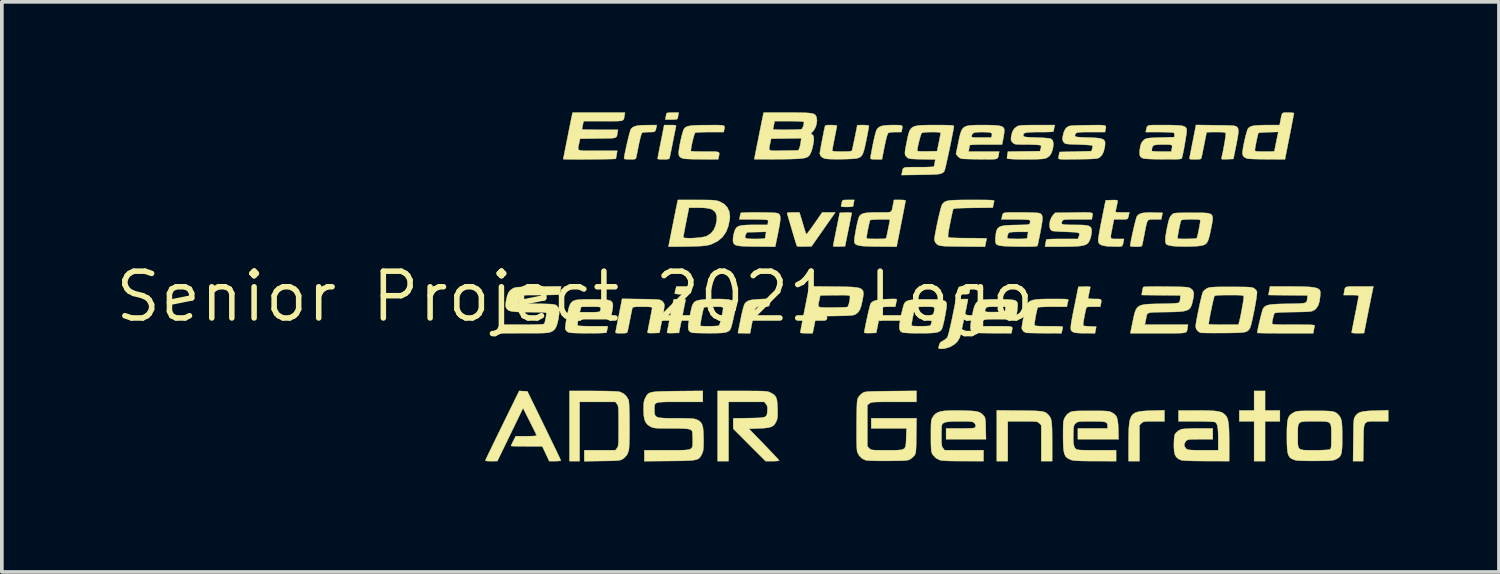
<source format=kicad_pcb>
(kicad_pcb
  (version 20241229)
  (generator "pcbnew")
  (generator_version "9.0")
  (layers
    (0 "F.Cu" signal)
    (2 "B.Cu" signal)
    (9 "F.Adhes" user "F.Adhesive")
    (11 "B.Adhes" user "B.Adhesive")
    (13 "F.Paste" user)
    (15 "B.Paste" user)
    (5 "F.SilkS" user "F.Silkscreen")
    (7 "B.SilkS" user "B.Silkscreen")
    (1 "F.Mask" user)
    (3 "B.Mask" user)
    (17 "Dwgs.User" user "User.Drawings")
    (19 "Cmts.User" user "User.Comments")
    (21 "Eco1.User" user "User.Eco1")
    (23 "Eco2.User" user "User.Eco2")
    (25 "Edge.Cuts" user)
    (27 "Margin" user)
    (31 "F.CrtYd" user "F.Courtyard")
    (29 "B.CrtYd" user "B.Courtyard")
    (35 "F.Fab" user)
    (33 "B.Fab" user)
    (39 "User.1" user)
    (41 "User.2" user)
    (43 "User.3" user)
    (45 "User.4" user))
  (footprint "Senior Project 2021 Logo"
    (layer "F.Cu")
    (at 12.556 5.001)
    (property "Reference" "Senior Project 2021 Logo" (at 0 0 0) (layer "F.SilkS") (effects (font (size 1.27 1.27) (thickness 0.15))))
    (attr through_hole)
    (fp_poly (pts (xy 18.733 3.09) (xy 19.135 3.09) (xy 19.135 3.387) (xy 18.733 3.387) (xy 18.733 4.466) (xy 18.436 4.466) (xy 18.436 3.387) (xy 18.034 3.387) (xy 18.034 3.09) (xy 18.436 3.09) (xy 18.436 2.561) (xy 18.733 2.561) (xy 18.733 3.09)) (stroke (width 0.01) (type solid)) (fill yes) (layer "F.SilkS"))
    (fp_poly (pts (xy 3.058 -0.185) (xy 3.047 -0.126) (xy 3.036 -0.086) (xy 3.034 -0.079) (xy 3.008 -0.069) (xy 2.955 -0.063) (xy 2.887 -0.062) (xy 2.816 -0.065) (xy 2.755 -0.072) (xy 2.717 -0.082) (xy 2.709 -0.09) (xy 2.715 -0.127) (xy 2.728 -0.183) (xy 2.732 -0.196) (xy 2.754 -0.275) (xy 3.073 -0.275) (xy 3.058 -0.185)) (stroke (width 0.01) (type solid)) (fill yes) (layer "F.SilkS"))
    (fp_poly (pts (xy 10.576 -0.275) (xy 10.735 -0.275) (xy 10.72 -0.185) (xy 10.709 -0.126) (xy 10.699 -0.086) (xy 10.696 -0.079) (xy 10.672 -0.072) (xy 10.617 -0.066) (xy 10.541 -0.064) (xy 10.527 -0.064) (xy 10.368 -0.064) (xy 10.382 -0.132) (xy 10.397 -0.204) (xy 10.413 -0.246) (xy 10.44 -0.267) (xy 10.489 -0.275) (xy 10.569 -0.275) (xy 10.576 -0.275)) (stroke (width 0.01) (type solid)) (fill yes) (layer "F.SilkS"))
    (fp_poly (pts (xy 2.803 -4.916) (xy 2.791 -4.86) (xy 2.781 -4.824) (xy 2.779 -4.821) (xy 2.755 -4.813) (xy 2.7 -4.807) (xy 2.625 -4.805) (xy 2.612 -4.805) (xy 2.453 -4.805) (xy 2.468 -4.884) (xy 2.479 -4.94) (xy 2.49 -4.976) (xy 2.491 -4.979) (xy 2.515 -4.987) (xy 2.57 -4.993) (xy 2.646 -4.995) (xy 2.659 -4.995) (xy 2.817 -4.995) (xy 2.803 -4.916)) (stroke (width 0.01) (type solid)) (fill yes) (layer "F.SilkS"))
    (fp_poly (pts (xy 7.57 -2.559) (xy 7.56 -2.503) (xy 7.556 -2.463) (xy 7.546 -2.448) (xy 7.511 -2.439) (xy 7.443 -2.435) (xy 7.386 -2.434) (xy 7.301 -2.435) (xy 7.251 -2.439) (xy 7.228 -2.448) (xy 7.223 -2.463) (xy 7.225 -2.471) (xy 7.237 -2.52) (xy 7.248 -2.566) (xy 7.256 -2.596) (xy 7.272 -2.613) (xy 7.303 -2.622) (xy 7.361 -2.624) (xy 7.422 -2.625) (xy 7.583 -2.625) (xy 7.57 -2.559)) (stroke (width 0.01) (type solid)) (fill yes) (layer "F.SilkS"))
    (fp_poly (pts (xy 2.976 0.07) (xy 3.004 0.077) (xy 3.005 0.078) (xy 3 0.103) (xy 2.989 0.163) (xy 2.971 0.252) (xy 2.949 0.364) (xy 2.924 0.492) (xy 2.914 0.54) (xy 2.824 0.984) (xy 2.661 0.99) (xy 2.584 0.991) (xy 2.527 0.988) (xy 2.5 0.982) (xy 2.499 0.98) (xy 2.503 0.955) (xy 2.515 0.895) (xy 2.532 0.806) (xy 2.554 0.695) (xy 2.58 0.567) (xy 2.59 0.519) (xy 2.679 0.074) (xy 2.843 0.068) (xy 2.919 0.067) (xy 2.976 0.07)) (stroke (width 0.01) (type solid)) (fill yes) (layer "F.SilkS"))
    (fp_poly (pts (xy 7.485 -2.279) (xy 7.512 -2.273) (xy 7.513 -2.271) (xy 7.509 -2.246) (xy 7.497 -2.186) (xy 7.48 -2.097) (xy 7.458 -1.986) (xy 7.432 -1.858) (xy 7.422 -1.81) (xy 7.332 -1.365) (xy 7.169 -1.359) (xy 7.092 -1.358) (xy 7.035 -1.361) (xy 7.008 -1.368) (xy 7.007 -1.37) (xy 7.012 -1.395) (xy 7.023 -1.455) (xy 7.04 -1.543) (xy 7.063 -1.655) (xy 7.088 -1.783) (xy 7.098 -1.831) (xy 7.188 -2.275) (xy 7.351 -2.282) (xy 7.428 -2.283) (xy 7.485 -2.279)) (stroke (width 0.01) (type solid)) (fill yes) (layer "F.SilkS"))
    (fp_poly (pts (xy 16.002 3.387) (xy 15.715 3.387) (xy 15.6 3.387) (xy 15.518 3.389) (xy 15.464 3.394) (xy 15.428 3.402) (xy 15.402 3.416) (xy 15.379 3.436) (xy 15.377 3.439) (xy 15.325 3.491) (xy 15.325 4.466) (xy 15.028 4.466) (xy 15.028 3.98) (xy 15.029 3.766) (xy 15.034 3.59) (xy 15.046 3.449) (xy 15.066 3.338) (xy 15.099 3.254) (xy 15.147 3.193) (xy 15.213 3.151) (xy 15.299 3.124) (xy 15.408 3.108) (xy 15.543 3.099) (xy 15.658 3.095) (xy 16.002 3.085) (xy 16.002 3.387)) (stroke (width 0.01) (type solid)) (fill yes) (layer "F.SilkS"))
    (fp_poly (pts (xy 2.672 -4.656) (xy 2.72 -4.652) (xy 2.742 -4.642) (xy 2.745 -4.626) (xy 2.744 -4.62) (xy 2.736 -4.588) (xy 2.723 -4.522) (xy 2.704 -4.428) (xy 2.681 -4.315) (xy 2.656 -4.191) (xy 2.632 -4.065) (xy 2.609 -3.953) (xy 2.59 -3.86) (xy 2.576 -3.794) (xy 2.569 -3.762) (xy 2.557 -3.743) (xy 2.528 -3.732) (xy 2.475 -3.726) (xy 2.399 -3.725) (xy 2.318 -3.726) (xy 2.271 -3.73) (xy 2.249 -3.739) (xy 2.245 -3.757) (xy 2.248 -3.773) (xy 2.255 -3.808) (xy 2.268 -3.877) (xy 2.287 -3.973) (xy 2.31 -4.09) (xy 2.336 -4.219) (xy 2.34 -4.239) (xy 2.422 -4.657) (xy 2.588 -4.657) (xy 2.672 -4.656)) (stroke (width 0.01) (type solid)) (fill yes) (layer "F.SilkS"))
    (fp_poly (pts (xy 22.077 3.387) (xy 21.793 3.387) (xy 21.68 3.386) (xy 21.592 3.387) (xy 21.525 3.395) (xy 21.477 3.414) (xy 21.444 3.449) (xy 21.423 3.504) (xy 21.412 3.584) (xy 21.407 3.694) (xy 21.405 3.838) (xy 21.404 3.967) (xy 21.397 4.466) (xy 21.122 4.466) (xy 21.129 3.889) (xy 21.131 3.718) (xy 21.133 3.584) (xy 21.135 3.482) (xy 21.139 3.406) (xy 21.144 3.351) (xy 21.15 3.312) (xy 21.16 3.285) (xy 21.172 3.262) (xy 21.186 3.241) (xy 21.223 3.196) (xy 21.267 3.161) (xy 21.324 3.136) (xy 21.399 3.118) (xy 21.5 3.106) (xy 21.632 3.098) (xy 21.733 3.095) (xy 22.077 3.085) (xy 22.077 3.387)) (stroke (width 0.01) (type solid)) (fill yes) (layer "F.SilkS"))
    (fp_poly (pts (xy 12.07 3.094) (xy 12.259 3.096) (xy 12.41 3.099) (xy 12.529 3.103) (xy 12.62 3.11) (xy 12.69 3.119) (xy 12.741 3.132) (xy 12.781 3.149) (xy 12.813 3.172) (xy 12.843 3.201) (xy 12.861 3.221) (xy 12.888 3.255) (xy 12.91 3.293) (xy 12.926 3.341) (xy 12.938 3.403) (xy 12.946 3.486) (xy 12.951 3.595) (xy 12.953 3.734) (xy 12.954 3.909) (xy 12.954 3.94) (xy 12.954 4.466) (xy 12.658 4.466) (xy 12.658 3.491) (xy 12.606 3.439) (xy 12.587 3.421) (xy 12.566 3.407) (xy 12.538 3.398) (xy 12.496 3.392) (xy 12.434 3.389) (xy 12.346 3.387) (xy 12.224 3.387) (xy 12.151 3.387) (xy 11.748 3.387) (xy 11.748 4.466) (xy 11.451 4.466) (xy 11.451 3.087) (xy 12.07 3.094)) (stroke (width 0.01) (type solid)) (fill yes) (layer "F.SilkS"))
    (fp_poly (pts (xy 6.157 -2.08) (xy 6.187 -1.981) (xy 6.215 -1.886) (xy 6.238 -1.811) (xy 6.246 -1.783) (xy 6.265 -1.729) (xy 6.281 -1.697) (xy 6.286 -1.693) (xy 6.302 -1.71) (xy 6.338 -1.756) (xy 6.389 -1.825) (xy 6.452 -1.912) (xy 6.507 -1.99) (xy 6.713 -2.286) (xy 7.068 -2.286) (xy 6.423 -1.365) (xy 6.227 -1.359) (xy 6.127 -1.358) (xy 6.063 -1.362) (xy 6.03 -1.371) (xy 6.022 -1.38) (xy 6.011 -1.414) (xy 5.99 -1.479) (xy 5.963 -1.568) (xy 5.932 -1.674) (xy 5.897 -1.789) (xy 5.863 -1.906) (xy 5.83 -2.018) (xy 5.8 -2.118) (xy 5.777 -2.198) (xy 5.762 -2.251) (xy 5.758 -2.27) (xy 5.777 -2.278) (xy 5.829 -2.283) (xy 5.903 -2.286) (xy 5.926 -2.286) (xy 6.094 -2.286) (xy 6.157 -2.08)) (stroke (width 0.01) (type solid)) (fill yes) (layer "F.SilkS"))
    (fp_poly (pts (xy 8.746 -4.656) (xy 8.82 -4.654) (xy 8.864 -4.645) (xy 8.885 -4.628) (xy 8.888 -4.598) (xy 8.881 -4.553) (xy 8.877 -4.532) (xy 8.864 -4.466) (xy 8.701 -4.466) (xy 8.607 -4.463) (xy 8.538 -4.453) (xy 8.504 -4.44) (xy 8.484 -4.405) (xy 8.46 -4.328) (xy 8.431 -4.209) (xy 8.402 -4.069) (xy 8.334 -3.725) (xy 8.178 -3.725) (xy 8.097 -3.727) (xy 8.05 -3.732) (xy 8.028 -3.743) (xy 8.022 -3.762) (xy 8.022 -3.764) (xy 8.026 -3.797) (xy 8.037 -3.863) (xy 8.054 -3.956) (xy 8.076 -4.067) (xy 8.093 -4.156) (xy 8.128 -4.317) (xy 8.158 -4.436) (xy 8.184 -4.516) (xy 8.205 -4.554) (xy 8.25 -4.596) (xy 8.308 -4.625) (xy 8.384 -4.643) (xy 8.486 -4.653) (xy 8.622 -4.657) (xy 8.635 -4.657) (xy 8.746 -4.656)) (stroke (width 0.01) (type solid)) (fill yes) (layer "F.SilkS"))
    (fp_poly (pts (xy 5.303 0.129) (xy 5.289 0.199) (xy 5.274 0.242) (xy 5.248 0.265) (xy 5.204 0.274) (xy 5.13 0.275) (xy 5.089 0.275) (xy 5.022 0.275) (xy 4.972 0.276) (xy 4.935 0.285) (xy 4.908 0.307) (xy 4.887 0.347) (xy 4.868 0.411) (xy 4.849 0.503) (xy 4.824 0.63) (xy 4.814 0.683) (xy 4.754 0.995) (xy 4.589 0.995) (xy 4.511 0.994) (xy 4.453 0.992) (xy 4.425 0.989) (xy 4.424 0.988) (xy 4.428 0.966) (xy 4.439 0.909) (xy 4.456 0.824) (xy 4.477 0.719) (xy 4.498 0.612) (xy 4.529 0.469) (xy 4.557 0.349) (xy 4.583 0.258) (xy 4.604 0.202) (xy 4.611 0.191) (xy 4.648 0.149) (xy 4.695 0.118) (xy 4.757 0.096) (xy 4.843 0.082) (xy 4.96 0.072) (xy 5.043 0.068) (xy 5.318 0.057) (xy 5.303 0.129)) (stroke (width 0.01) (type solid)) (fill yes) (layer "F.SilkS"))
    (fp_poly (pts (xy 10.639 0.066) (xy 10.667 0.068) (xy 10.668 0.069) (xy 10.664 0.102) (xy 10.651 0.169) (xy 10.633 0.262) (xy 10.61 0.376) (xy 10.584 0.501) (xy 10.556 0.632) (xy 10.528 0.761) (xy 10.502 0.88) (xy 10.478 0.982) (xy 10.459 1.061) (xy 10.447 1.109) (xy 10.444 1.116) (xy 10.386 1.216) (xy 10.295 1.301) (xy 10.18 1.367) (xy 10.051 1.407) (xy 9.943 1.418) (xy 9.89 1.415) (xy 9.87 1.402) (xy 9.871 1.381) (xy 9.883 1.331) (xy 9.893 1.29) (xy 9.923 1.24) (xy 9.988 1.2) (xy 10.05 1.163) (xy 10.1 1.117) (xy 10.108 1.107) (xy 10.123 1.069) (xy 10.145 0.997) (xy 10.17 0.895) (xy 10.199 0.771) (xy 10.23 0.63) (xy 10.244 0.562) (xy 10.343 0.074) (xy 10.505 0.068) (xy 10.582 0.066) (xy 10.639 0.066)) (stroke (width 0.01) (type solid)) (fill yes) (layer "F.SilkS"))
    (fp_poly (pts (xy 8.707 0.065) (xy 8.731 0.071) (xy 8.738 0.082) (xy 8.735 0.097) (xy 8.723 0.147) (xy 8.71 0.206) (xy 8.696 0.275) (xy 8.519 0.275) (xy 8.416 0.278) (xy 8.35 0.288) (xy 8.326 0.301) (xy 8.317 0.33) (xy 8.301 0.392) (xy 8.281 0.481) (xy 8.259 0.588) (xy 8.245 0.655) (xy 8.179 0.984) (xy 8.016 0.99) (xy 7.939 0.991) (xy 7.882 0.987) (xy 7.854 0.98) (xy 7.853 0.978) (xy 7.857 0.94) (xy 7.87 0.87) (xy 7.888 0.777) (xy 7.91 0.67) (xy 7.935 0.556) (xy 7.96 0.445) (xy 7.984 0.345) (xy 8.004 0.263) (xy 8.02 0.209) (xy 8.026 0.192) (xy 8.063 0.149) (xy 8.118 0.118) (xy 8.197 0.095) (xy 8.305 0.079) (xy 8.448 0.069) (xy 8.472 0.068) (xy 8.584 0.064) (xy 8.66 0.063) (xy 8.707 0.065)) (stroke (width 0.01) (type solid)) (fill yes) (layer "F.SilkS"))
    (fp_poly (pts (xy 15.691 -2.281) (xy 15.95 -2.275) (xy 15.933 -2.185) (xy 15.915 -2.095) (xy 15.736 -2.095) (xy 15.665 -2.096) (xy 15.613 -2.093) (xy 15.575 -2.082) (xy 15.547 -2.056) (xy 15.526 -2.012) (xy 15.507 -1.941) (xy 15.486 -1.841) (xy 15.462 -1.714) (xy 15.441 -1.607) (xy 15.422 -1.512) (xy 15.407 -1.439) (xy 15.397 -1.396) (xy 15.396 -1.392) (xy 15.384 -1.372) (xy 15.355 -1.361) (xy 15.301 -1.356) (xy 15.228 -1.355) (xy 15.152 -1.357) (xy 15.097 -1.363) (xy 15.071 -1.371) (xy 15.071 -1.372) (xy 15.075 -1.414) (xy 15.088 -1.487) (xy 15.107 -1.582) (xy 15.13 -1.691) (xy 15.156 -1.806) (xy 15.182 -1.919) (xy 15.207 -2.02) (xy 15.229 -2.103) (xy 15.245 -2.158) (xy 15.252 -2.175) (xy 15.291 -2.22) (xy 15.344 -2.251) (xy 15.418 -2.271) (xy 15.52 -2.281) (xy 15.655 -2.282) (xy 15.691 -2.281)) (stroke (width 0.01) (type solid)) (fill yes) (layer "F.SilkS"))
    (fp_poly (pts (xy 2.21 -4.598) (xy 2.195 -4.533) (xy 2.179 -4.493) (xy 2.153 -4.473) (xy 2.105 -4.467) (xy 2.027 -4.466) (xy 2.015 -4.466) (xy 1.933 -4.463) (xy 1.866 -4.457) (xy 1.826 -4.449) (xy 1.823 -4.447) (xy 1.808 -4.42) (xy 1.788 -4.358) (xy 1.765 -4.268) (xy 1.74 -4.158) (xy 1.734 -4.125) (xy 1.711 -4.013) (xy 1.691 -3.913) (xy 1.674 -3.833) (xy 1.664 -3.782) (xy 1.661 -3.773) (xy 1.652 -3.749) (xy 1.633 -3.734) (xy 1.594 -3.727) (xy 1.526 -3.725) (xy 1.492 -3.725) (xy 1.416 -3.727) (xy 1.36 -3.733) (xy 1.334 -3.741) (xy 1.333 -3.743) (xy 1.338 -3.789) (xy 1.351 -3.865) (xy 1.371 -3.963) (xy 1.395 -4.074) (xy 1.421 -4.19) (xy 1.449 -4.303) (xy 1.474 -4.404) (xy 1.497 -4.485) (xy 1.514 -4.537) (xy 1.521 -4.551) (xy 1.561 -4.591) (xy 1.616 -4.62) (xy 1.692 -4.64) (xy 1.797 -4.651) (xy 1.937 -4.655) (xy 1.964 -4.655) (xy 2.223 -4.657) (xy 2.21 -4.598)) (stroke (width 0.01) (type solid)) (fill yes) (layer "F.SilkS"))
    (fp_poly (pts (xy 21.287 -0.275) (xy 21.295 -0.275) (xy 21.675 -0.275) (xy 21.664 -0.228) (xy 21.657 -0.196) (xy 21.644 -0.131) (xy 21.625 -0.039) (xy 21.602 0.074) (xy 21.577 0.202) (xy 21.549 0.337) (xy 21.522 0.475) (xy 21.495 0.609) (xy 21.471 0.732) (xy 21.45 0.837) (xy 21.434 0.919) (xy 21.424 0.972) (xy 21.421 0.988) (xy 21.401 0.991) (xy 21.349 0.994) (xy 21.275 0.995) (xy 21.251 0.995) (xy 21.173 0.993) (xy 21.113 0.988) (xy 21.084 0.98) (xy 21.082 0.978) (xy 21.086 0.953) (xy 21.097 0.893) (xy 21.115 0.803) (xy 21.137 0.69) (xy 21.163 0.56) (xy 21.177 0.487) (xy 21.205 0.35) (xy 21.229 0.226) (xy 21.249 0.121) (xy 21.263 0.042) (xy 21.271 -0.005) (xy 21.273 -0.015) (xy 21.261 -0.028) (xy 21.225 -0.037) (xy 21.156 -0.041) (xy 21.069 -0.042) (xy 20.866 -0.042) (xy 20.88 -0.122) (xy 20.889 -0.176) (xy 20.898 -0.216) (xy 20.913 -0.243) (xy 20.94 -0.261) (xy 20.985 -0.27) (xy 21.053 -0.275) (xy 21.152 -0.275) (xy 21.287 -0.275)) (stroke (width 0.01) (type solid)) (fill yes) (layer "F.SilkS"))
    (fp_poly (pts (xy 13.962 -0.269) (xy 13.989 -0.262) (xy 13.99 -0.26) (xy 13.986 -0.232) (xy 13.974 -0.176) (xy 13.959 -0.106) (xy 13.944 -0.033) (xy 13.933 0.022) (xy 13.928 0.048) (xy 13.948 0.055) (xy 13.999 0.06) (xy 14.074 0.063) (xy 14.108 0.064) (xy 14.199 0.064) (xy 14.255 0.071) (xy 14.283 0.089) (xy 14.288 0.125) (xy 14.279 0.184) (xy 14.274 0.209) (xy 14.261 0.275) (xy 14.074 0.275) (xy 13.984 0.276) (xy 13.928 0.279) (xy 13.896 0.288) (xy 13.881 0.303) (xy 13.875 0.323) (xy 13.85 0.433) (xy 13.829 0.541) (xy 13.811 0.639) (xy 13.8 0.718) (xy 13.795 0.77) (xy 13.797 0.788) (xy 13.824 0.795) (xy 13.881 0.802) (xy 13.959 0.808) (xy 13.981 0.809) (xy 14.151 0.815) (xy 14.134 0.905) (xy 14.116 0.995) (xy 13.847 0.994) (xy 13.717 0.992) (xy 13.623 0.986) (xy 13.559 0.976) (xy 13.52 0.962) (xy 13.495 0.946) (xy 13.476 0.927) (xy 13.464 0.9) (xy 13.459 0.86) (xy 13.461 0.803) (xy 13.47 0.725) (xy 13.488 0.621) (xy 13.513 0.487) (xy 13.547 0.318) (xy 13.565 0.228) (xy 13.665 -0.265) (xy 13.828 -0.271) (xy 13.905 -0.272) (xy 13.962 -0.269)) (stroke (width 0.01) (type solid)) (fill yes) (layer "F.SilkS"))
    (fp_poly (pts (xy 14.708 -2.617) (xy 14.73 -2.606) (xy 14.731 -2.599) (xy 14.727 -2.56) (xy 14.712 -2.486) (xy 14.688 -2.374) (xy 14.679 -2.334) (xy 14.675 -2.311) (xy 14.683 -2.297) (xy 14.709 -2.29) (xy 14.761 -2.287) (xy 14.848 -2.286) (xy 14.859 -2.286) (xy 15.05 -2.286) (xy 15.037 -2.228) (xy 15.023 -2.165) (xy 15.009 -2.126) (xy 14.984 -2.105) (xy 14.941 -2.097) (xy 14.869 -2.095) (xy 14.818 -2.095) (xy 14.632 -2.095) (xy 14.587 -1.868) (xy 14.563 -1.75) (xy 14.548 -1.667) (xy 14.546 -1.614) (xy 14.558 -1.583) (xy 14.588 -1.569) (xy 14.639 -1.566) (xy 14.713 -1.566) (xy 14.723 -1.566) (xy 14.905 -1.566) (xy 14.891 -1.498) (xy 14.877 -1.43) (xy 14.862 -1.388) (xy 14.838 -1.366) (xy 14.794 -1.357) (xy 14.722 -1.357) (xy 14.672 -1.358) (xy 14.58 -1.36) (xy 14.496 -1.364) (xy 14.436 -1.368) (xy 14.425 -1.369) (xy 14.322 -1.387) (xy 14.256 -1.415) (xy 14.218 -1.456) (xy 14.204 -1.516) (xy 14.204 -1.541) (xy 14.208 -1.584) (xy 14.22 -1.661) (xy 14.238 -1.766) (xy 14.261 -1.891) (xy 14.288 -2.03) (xy 14.305 -2.117) (xy 14.406 -2.614) (xy 14.569 -2.62) (xy 14.656 -2.622) (xy 14.708 -2.617)) (stroke (width 0.01) (type solid)) (fill yes) (layer "F.SilkS"))
    (fp_poly (pts (xy -1.401 2.566) (xy -1.29 2.572) (xy -0.836 3.503) (xy -0.746 3.688) (xy -0.662 3.861) (xy -0.585 4.019) (xy -0.518 4.158) (xy -0.463 4.274) (xy -0.42 4.364) (xy -0.393 4.424) (xy -0.381 4.45) (xy -0.381 4.45) (xy -0.401 4.458) (xy -0.452 4.463) (xy -0.525 4.466) (xy -0.54 4.466) (xy -0.698 4.466) (xy -0.792 4.265) (xy -0.886 4.064) (xy -1.311 4.064) (xy -1.44 4.063) (xy -1.553 4.062) (xy -1.644 4.06) (xy -1.707 4.057) (xy -1.735 4.054) (xy -1.736 4.053) (xy -1.727 4.03) (xy -1.704 3.98) (xy -1.672 3.915) (xy -1.608 3.789) (xy -1.323 3.789) (xy -1.218 3.788) (xy -1.131 3.785) (xy -1.069 3.78) (xy -1.04 3.775) (xy -1.038 3.773) (xy -1.048 3.75) (xy -1.073 3.695) (xy -1.112 3.615) (xy -1.162 3.515) (xy -1.218 3.402) (xy -1.224 3.392) (xy -1.408 3.027) (xy -1.757 3.746) (xy -2.106 4.465) (xy -2.272 4.466) (xy -2.356 4.465) (xy -2.404 4.461) (xy -2.425 4.452) (xy -2.427 4.436) (xy -2.425 4.432) (xy -2.414 4.406) (xy -2.385 4.347) (xy -2.342 4.257) (xy -2.285 4.14) (xy -2.218 4.001) (xy -2.141 3.843) (xy -2.057 3.671) (xy -1.967 3.487) (xy -1.963 3.478) (xy -1.513 2.56) (xy -1.401 2.566)) (stroke (width 0.01) (type solid)) (fill yes) (layer "F.SilkS"))
    (fp_poly (pts (xy 0.684 2.562) (xy 0.856 2.564) (xy 0.999 2.568) (xy 1.111 2.573) (xy 1.187 2.58) (xy 1.216 2.584) (xy 1.314 2.629) (xy 1.397 2.705) (xy 1.453 2.801) (xy 1.458 2.813) (xy 1.464 2.854) (xy 1.47 2.931) (xy 1.474 3.037) (xy 1.478 3.165) (xy 1.48 3.308) (xy 1.481 3.46) (xy 1.481 3.613) (xy 1.48 3.761) (xy 1.478 3.897) (xy 1.474 4.015) (xy 1.469 4.108) (xy 1.463 4.168) (xy 1.461 4.179) (xy 1.416 4.292) (xy 1.336 4.381) (xy 1.289 4.413) (xy 1.262 4.427) (xy 1.231 4.438) (xy 1.189 4.446) (xy 1.131 4.451) (xy 1.051 4.456) (xy 0.943 4.459) (xy 0.8 4.461) (xy 0.736 4.462) (xy 0.254 4.469) (xy 0.254 4.17) (xy 1.098 4.17) (xy 1.141 4.114) (xy 1.155 4.095) (xy 1.165 4.073) (xy 1.173 4.042) (xy 1.178 3.998) (xy 1.182 3.934) (xy 1.184 3.846) (xy 1.185 3.728) (xy 1.185 3.575) (xy 1.185 3.514) (xy 1.185 3.347) (xy 1.184 3.218) (xy 1.183 3.12) (xy 1.18 3.049) (xy 1.175 2.998) (xy 1.168 2.963) (xy 1.159 2.939) (xy 1.146 2.92) (xy 1.141 2.913) (xy 1.098 2.857) (xy 0.127 2.857) (xy 0.127 4.466) (xy -0.148 4.466) (xy -0.148 2.561) (xy 0.488 2.561) (xy 0.684 2.562)) (stroke (width 0.01) (type solid)) (fill yes) (layer "F.SilkS"))
    (fp_poly (pts (xy 3.873 -4.656) (xy 3.956 -4.653) (xy 4.012 -4.647) (xy 4.045 -4.636) (xy 4.06 -4.619) (xy 4.062 -4.594) (xy 4.057 -4.56) (xy 4.051 -4.532) (xy 4.038 -4.466) (xy 3.664 -4.466) (xy 3.542 -4.465) (xy 3.432 -4.462) (xy 3.344 -4.458) (xy 3.285 -4.452) (xy 3.263 -4.447) (xy 3.249 -4.422) (xy 3.23 -4.365) (xy 3.209 -4.288) (xy 3.188 -4.201) (xy 3.169 -4.113) (xy 3.155 -4.035) (xy 3.148 -3.977) (xy 3.149 -3.949) (xy 3.15 -3.948) (xy 3.174 -3.945) (xy 3.233 -3.941) (xy 3.32 -3.939) (xy 3.429 -3.937) (xy 3.538 -3.937) (xy 3.677 -3.937) (xy 3.778 -3.936) (xy 3.848 -3.932) (xy 3.89 -3.922) (xy 3.912 -3.905) (xy 3.918 -3.878) (xy 3.913 -3.839) (xy 3.903 -3.791) (xy 3.889 -3.725) (xy 3.442 -3.727) (xy 3.305 -3.729) (xy 3.179 -3.731) (xy 3.072 -3.735) (xy 2.99 -3.74) (xy 2.942 -3.745) (xy 2.936 -3.747) (xy 2.864 -3.778) (xy 2.826 -3.823) (xy 2.815 -3.891) (xy 2.815 -3.894) (xy 2.82 -3.961) (xy 2.833 -4.052) (xy 2.853 -4.158) (xy 2.876 -4.268) (xy 2.901 -4.373) (xy 2.926 -4.462) (xy 2.948 -4.527) (xy 2.96 -4.551) (xy 2.988 -4.582) (xy 3.022 -4.607) (xy 3.069 -4.625) (xy 3.134 -4.638) (xy 3.221 -4.647) (xy 3.336 -4.652) (xy 3.485 -4.655) (xy 3.604 -4.655) (xy 3.757 -4.656) (xy 3.873 -4.656)) (stroke (width 0.01) (type solid)) (fill yes) (layer "F.SilkS"))
    (fp_poly (pts (xy 13.142 0.064) (xy 13.244 0.065) (xy 13.315 0.067) (xy 13.36 0.072) (xy 13.383 0.078) (xy 13.392 0.088) (xy 13.391 0.101) (xy 13.379 0.147) (xy 13.367 0.206) (xy 13.353 0.275) (xy 12.964 0.275) (xy 12.839 0.276) (xy 12.729 0.279) (xy 12.642 0.283) (xy 12.585 0.289) (xy 12.563 0.295) (xy 12.551 0.329) (xy 12.536 0.392) (xy 12.518 0.474) (xy 12.502 0.563) (xy 12.487 0.648) (xy 12.478 0.719) (xy 12.474 0.765) (xy 12.475 0.774) (xy 12.487 0.785) (xy 12.514 0.793) (xy 12.564 0.799) (xy 12.64 0.802) (xy 12.749 0.804) (xy 12.87 0.804) (xy 13.006 0.805) (xy 13.105 0.806) (xy 13.173 0.808) (xy 13.215 0.813) (xy 13.237 0.82) (xy 13.244 0.83) (xy 13.243 0.841) (xy 13.231 0.89) (xy 13.22 0.937) (xy 13.207 0.995) (xy 12.737 0.993) (xy 12.598 0.992) (xy 12.473 0.99) (xy 12.368 0.988) (xy 12.289 0.985) (xy 12.242 0.981) (xy 12.234 0.98) (xy 12.17 0.939) (xy 12.133 0.88) (xy 12.128 0.849) (xy 12.133 0.808) (xy 12.144 0.735) (xy 12.16 0.641) (xy 12.181 0.533) (xy 12.185 0.509) (xy 12.21 0.39) (xy 12.235 0.295) (xy 12.264 0.22) (xy 12.304 0.163) (xy 12.357 0.122) (xy 12.429 0.094) (xy 12.525 0.077) (xy 12.648 0.068) (xy 12.805 0.064) (xy 12.999 0.064) (xy 13.003 0.064) (xy 13.142 0.064)) (stroke (width 0.01) (type solid)) (fill yes) (layer "F.SilkS"))
    (fp_poly (pts (xy 4.733 2.561) (xy 4.883 2.562) (xy 5 2.563) (xy 5.089 2.565) (xy 5.156 2.569) (xy 5.206 2.574) (xy 5.243 2.581) (xy 5.272 2.59) (xy 5.299 2.602) (xy 5.312 2.609) (xy 5.381 2.648) (xy 5.429 2.689) (xy 5.462 2.74) (xy 5.483 2.809) (xy 5.494 2.904) (xy 5.5 3.033) (xy 5.5 3.039) (xy 5.502 3.154) (xy 5.501 3.236) (xy 5.495 3.295) (xy 5.484 3.342) (xy 5.467 3.385) (xy 5.463 3.393) (xy 5.427 3.456) (xy 5.385 3.502) (xy 5.33 3.534) (xy 5.254 3.556) (xy 5.15 3.569) (xy 5.012 3.577) (xy 5.002 3.577) (xy 4.722 3.588) (xy 5.133 4.011) (xy 5.24 4.122) (xy 5.336 4.223) (xy 5.419 4.31) (xy 5.484 4.38) (xy 5.527 4.427) (xy 5.544 4.45) (xy 5.545 4.45) (xy 5.526 4.457) (xy 5.474 4.463) (xy 5.398 4.466) (xy 5.36 4.466) (xy 5.175 4.466) (xy 4.736 4.027) (xy 4.297 3.587) (xy 4.297 3.304) (xy 4.719 3.298) (xy 4.876 3.295) (xy 4.995 3.291) (xy 5.082 3.284) (xy 5.142 3.271) (xy 5.181 3.25) (xy 5.204 3.22) (xy 5.216 3.178) (xy 5.222 3.122) (xy 5.224 3.096) (xy 5.226 3.019) (xy 5.217 2.968) (xy 5.194 2.925) (xy 5.186 2.916) (xy 5.14 2.857) (xy 4.17 2.857) (xy 4.17 4.466) (xy 3.873 4.466) (xy 3.873 2.561) (xy 4.546 2.561) (xy 4.733 2.561)) (stroke (width 0.01) (type solid)) (fill yes) (layer "F.SilkS"))
    (fp_poly (pts (xy 1.792 0.067) (xy 1.953 0.069) (xy 2.078 0.072) (xy 2.171 0.075) (xy 2.239 0.08) (xy 2.286 0.086) (xy 2.319 0.094) (xy 2.344 0.105) (xy 2.364 0.119) (xy 2.414 0.176) (xy 2.429 0.224) (xy 2.427 0.265) (xy 2.418 0.339) (xy 2.402 0.438) (xy 2.381 0.552) (xy 2.365 0.635) (xy 2.295 0.984) (xy 2.132 0.99) (xy 2.055 0.991) (xy 1.997 0.987) (xy 1.97 0.98) (xy 1.968 0.978) (xy 1.973 0.952) (xy 1.984 0.891) (xy 2 0.805) (xy 2.021 0.701) (xy 2.032 0.646) (xy 2.054 0.534) (xy 2.073 0.436) (xy 2.087 0.36) (xy 2.095 0.313) (xy 2.095 0.304) (xy 2.086 0.291) (xy 2.056 0.283) (xy 1.997 0.278) (xy 1.906 0.276) (xy 1.832 0.275) (xy 1.722 0.276) (xy 1.646 0.278) (xy 1.599 0.284) (xy 1.573 0.293) (xy 1.561 0.306) (xy 1.559 0.312) (xy 1.551 0.346) (xy 1.537 0.412) (xy 1.518 0.503) (xy 1.498 0.608) (xy 1.492 0.635) (xy 1.471 0.743) (xy 1.452 0.837) (xy 1.437 0.91) (xy 1.427 0.953) (xy 1.426 0.958) (xy 1.414 0.977) (xy 1.385 0.988) (xy 1.332 0.994) (xy 1.256 0.995) (xy 1.175 0.994) (xy 1.128 0.99) (xy 1.106 0.981) (xy 1.102 0.963) (xy 1.105 0.947) (xy 1.112 0.912) (xy 1.125 0.843) (xy 1.144 0.747) (xy 1.167 0.63) (xy 1.193 0.501) (xy 1.197 0.48) (xy 1.28 0.06) (xy 1.792 0.067)) (stroke (width 0.01) (type solid)) (fill yes) (layer "F.SilkS"))
    (fp_poly (pts (xy 17.391 -4.652) (xy 17.556 -4.65) (xy 17.684 -4.648) (xy 17.781 -4.645) (xy 17.85 -4.641) (xy 17.899 -4.635) (xy 17.931 -4.627) (xy 17.953 -4.617) (xy 17.968 -4.606) (xy 17.99 -4.581) (xy 18.004 -4.548) (xy 18.009 -4.503) (xy 18.006 -4.439) (xy 17.994 -4.351) (xy 17.973 -4.233) (xy 17.943 -4.08) (xy 17.942 -4.075) (xy 17.873 -3.736) (xy 17.708 -3.73) (xy 17.625 -3.727) (xy 17.577 -3.728) (xy 17.554 -3.736) (xy 17.55 -3.752) (xy 17.554 -3.772) (xy 17.576 -3.87) (xy 17.598 -3.979) (xy 17.619 -4.093) (xy 17.639 -4.203) (xy 17.654 -4.3) (xy 17.664 -4.376) (xy 17.668 -4.423) (xy 17.667 -4.433) (xy 17.655 -4.447) (xy 17.627 -4.457) (xy 17.576 -4.463) (xy 17.496 -4.466) (xy 17.4 -4.466) (xy 17.301 -4.466) (xy 17.221 -4.464) (xy 17.166 -4.462) (xy 17.145 -4.459) (xy 17.145 -4.459) (xy 17.141 -4.436) (xy 17.13 -4.381) (xy 17.115 -4.301) (xy 17.095 -4.205) (xy 17.075 -4.101) (xy 17.054 -3.999) (xy 17.035 -3.906) (xy 17.02 -3.831) (xy 17.009 -3.783) (xy 17.007 -3.773) (xy 16.998 -3.749) (xy 16.979 -3.734) (xy 16.941 -3.728) (xy 16.873 -3.725) (xy 16.835 -3.725) (xy 16.754 -3.726) (xy 16.707 -3.73) (xy 16.685 -3.739) (xy 16.681 -3.757) (xy 16.684 -3.773) (xy 16.69 -3.808) (xy 16.704 -3.877) (xy 16.723 -3.973) (xy 16.746 -4.09) (xy 16.771 -4.219) (xy 16.776 -4.24) (xy 16.858 -4.659) (xy 17.391 -4.652)) (stroke (width 0.01) (type solid)) (fill yes) (layer "F.SilkS"))
    (fp_poly (pts (xy 7.017 -0.271) (xy 7.229 -0.269) (xy 7.403 -0.265) (xy 7.542 -0.259) (xy 7.649 -0.248) (xy 7.727 -0.23) (xy 7.781 -0.204) (xy 7.814 -0.168) (xy 7.829 -0.121) (xy 7.83 -0.06) (xy 7.82 0.016) (xy 7.803 0.109) (xy 7.801 0.117) (xy 7.772 0.25) (xy 7.737 0.347) (xy 7.695 0.416) (xy 7.64 0.466) (xy 7.616 0.481) (xy 7.588 0.493) (xy 7.553 0.503) (xy 7.505 0.51) (xy 7.438 0.515) (xy 7.346 0.519) (xy 7.224 0.523) (xy 7.065 0.525) (xy 7.046 0.526) (xy 6.545 0.532) (xy 6.52 0.663) (xy 6.502 0.754) (xy 6.484 0.846) (xy 6.474 0.894) (xy 6.452 0.995) (xy 6.285 0.995) (xy 6.206 0.993) (xy 6.147 0.988) (xy 6.118 0.981) (xy 6.116 0.979) (xy 6.12 0.955) (xy 6.131 0.895) (xy 6.148 0.803) (xy 6.171 0.686) (xy 6.197 0.549) (xy 6.227 0.396) (xy 6.238 0.342) (xy 6.262 0.218) (xy 6.607 0.218) (xy 6.609 0.254) (xy 6.627 0.277) (xy 6.665 0.29) (xy 6.73 0.295) (xy 6.827 0.297) (xy 6.959 0.296) (xy 6.99 0.296) (xy 7.115 0.295) (xy 7.226 0.293) (xy 7.315 0.289) (xy 7.376 0.285) (xy 7.401 0.28) (xy 7.418 0.251) (xy 7.437 0.194) (xy 7.453 0.124) (xy 7.464 0.056) (xy 7.466 0.003) (xy 7.464 -0.012) (xy 7.453 -0.023) (xy 7.429 -0.031) (xy 7.384 -0.036) (xy 7.314 -0.039) (xy 7.214 -0.039) (xy 7.077 -0.038) (xy 7.055 -0.038) (xy 6.659 -0.032) (xy 6.632 0.095) (xy 6.617 0.166) (xy 6.607 0.218) (xy 6.262 0.218) (xy 6.36 -0.278) (xy 7.017 -0.271)) (stroke (width 0.01) (type solid)) (fill yes) (layer "F.SilkS"))
    (fp_poly (pts (xy 3.464 -2.624) (xy 3.591 -2.623) (xy 3.688 -2.621) (xy 3.761 -2.617) (xy 3.817 -2.61) (xy 3.862 -2.601) (xy 3.903 -2.589) (xy 3.924 -2.581) (xy 4.046 -2.516) (xy 4.134 -2.425) (xy 4.188 -2.311) (xy 4.207 -2.176) (xy 4.202 -2.1) (xy 4.162 -1.905) (xy 4.096 -1.743) (xy 4.001 -1.61) (xy 3.876 -1.506) (xy 3.72 -1.428) (xy 3.675 -1.412) (xy 3.626 -1.398) (xy 3.572 -1.387) (xy 3.507 -1.379) (xy 3.424 -1.372) (xy 3.317 -1.367) (xy 3.178 -1.363) (xy 3.043 -1.36) (xy 2.902 -1.357) (xy 2.776 -1.356) (xy 2.672 -1.355) (xy 2.594 -1.355) (xy 2.549 -1.357) (xy 2.54 -1.358) (xy 2.544 -1.381) (xy 2.555 -1.439) (xy 2.572 -1.525) (xy 2.589 -1.611) (xy 2.942 -1.611) (xy 2.962 -1.597) (xy 3.014 -1.589) (xy 3.092 -1.586) (xy 3.186 -1.587) (xy 3.287 -1.593) (xy 3.386 -1.603) (xy 3.477 -1.617) (xy 3.548 -1.633) (xy 3.578 -1.644) (xy 3.69 -1.715) (xy 3.772 -1.817) (xy 3.82 -1.931) (xy 3.849 -2.07) (xy 3.849 -2.186) (xy 3.819 -2.276) (xy 3.801 -2.302) (xy 3.752 -2.346) (xy 3.689 -2.378) (xy 3.604 -2.398) (xy 3.49 -2.41) (xy 3.341 -2.413) (xy 3.096 -2.413) (xy 3.019 -2.027) (xy 2.995 -1.903) (xy 2.974 -1.792) (xy 2.957 -1.702) (xy 2.946 -1.639) (xy 2.942 -1.611) (xy 2.589 -1.611) (xy 2.594 -1.634) (xy 2.618 -1.759) (xy 2.645 -1.894) (xy 2.673 -2.032) (xy 2.7 -2.167) (xy 2.725 -2.294) (xy 2.748 -2.404) (xy 2.766 -2.493) (xy 2.778 -2.553) (xy 2.783 -2.577) (xy 2.795 -2.625) (xy 3.302 -2.625) (xy 3.464 -2.624)) (stroke (width 0.01) (type solid)) (fill yes) (layer "F.SilkS"))
    (fp_poly (pts (xy 11.26 -4.655) (xy 11.391 -4.651) (xy 11.489 -4.642) (xy 11.559 -4.628) (xy 11.607 -4.609) (xy 11.637 -4.582) (xy 11.652 -4.55) (xy 11.655 -4.509) (xy 11.65 -4.439) (xy 11.637 -4.353) (xy 11.631 -4.316) (xy 11.594 -4.128) (xy 11.152 -4.128) (xy 11.001 -4.127) (xy 10.887 -4.125) (xy 10.806 -4.122) (xy 10.752 -4.118) (xy 10.722 -4.111) (xy 10.711 -4.102) (xy 10.71 -4.098) (xy 10.706 -4.058) (xy 10.697 -4.003) (xy 10.684 -3.937) (xy 11.518 -3.937) (xy 11.504 -3.868) (xy 11.496 -3.822) (xy 11.487 -3.786) (xy 11.474 -3.761) (xy 11.451 -3.744) (xy 11.411 -3.733) (xy 11.35 -3.728) (xy 11.263 -3.726) (xy 11.143 -3.727) (xy 11.011 -3.728) (xy 10.872 -3.729) (xy 10.744 -3.732) (xy 10.634 -3.735) (xy 10.55 -3.738) (xy 10.499 -3.742) (xy 10.49 -3.744) (xy 10.434 -3.77) (xy 10.386 -3.815) (xy 10.343 -3.872) (xy 10.409 -4.192) (xy 10.437 -4.329) (xy 10.442 -4.346) (xy 10.764 -4.346) (xy 10.769 -4.333) (xy 10.789 -4.325) (xy 10.831 -4.32) (xy 10.9 -4.318) (xy 11.004 -4.318) (xy 11.029 -4.318) (xy 11.302 -4.318) (xy 11.316 -4.373) (xy 11.321 -4.411) (xy 11.308 -4.437) (xy 11.273 -4.453) (xy 11.21 -4.462) (xy 11.112 -4.465) (xy 11.058 -4.466) (xy 10.945 -4.464) (xy 10.866 -4.456) (xy 10.816 -4.439) (xy 10.786 -4.411) (xy 10.769 -4.37) (xy 10.768 -4.366) (xy 10.764 -4.346) (xy 10.442 -4.346) (xy 10.465 -4.436) (xy 10.495 -4.516) (xy 10.535 -4.574) (xy 10.59 -4.614) (xy 10.664 -4.638) (xy 10.764 -4.651) (xy 10.895 -4.656) (xy 11.061 -4.657) (xy 11.091 -4.657) (xy 11.26 -4.655)) (stroke (width 0.01) (type solid)) (fill yes) (layer "F.SilkS"))
    (fp_poly (pts (xy 1.345 -4.916) (xy 1.338 -4.869) (xy 1.331 -4.833) (xy 1.32 -4.806) (xy 1.299 -4.787) (xy 1.264 -4.774) (xy 1.209 -4.767) (xy 1.131 -4.763) (xy 1.022 -4.762) (xy 0.88 -4.762) (xy 0.773 -4.763) (xy 0.236 -4.763) (xy 0.213 -4.656) (xy 0.2 -4.593) (xy 0.192 -4.55) (xy 0.191 -4.539) (xy 0.211 -4.537) (xy 0.267 -4.534) (xy 0.354 -4.532) (xy 0.466 -4.531) (xy 0.597 -4.53) (xy 0.68 -4.53) (xy 1.169 -4.53) (xy 1.155 -4.45) (xy 1.147 -4.402) (xy 1.14 -4.365) (xy 1.127 -4.338) (xy 1.105 -4.319) (xy 1.067 -4.307) (xy 1.008 -4.299) (xy 0.924 -4.296) (xy 0.809 -4.294) (xy 0.658 -4.292) (xy 0.629 -4.292) (xy 0.139 -4.286) (xy 0.113 -4.159) (xy 0.099 -4.098) (xy 0.089 -4.05) (xy 0.087 -4.014) (xy 0.099 -3.989) (xy 0.127 -3.973) (xy 0.177 -3.963) (xy 0.253 -3.959) (xy 0.36 -3.958) (xy 0.501 -3.958) (xy 0.616 -3.958) (xy 1.148 -3.958) (xy 1.133 -3.858) (xy 1.122 -3.795) (xy 1.112 -3.751) (xy 1.108 -3.741) (xy 1.086 -3.738) (xy 1.028 -3.735) (xy 0.94 -3.733) (xy 0.827 -3.731) (xy 0.697 -3.729) (xy 0.554 -3.727) (xy 0.405 -3.726) (xy 0.255 -3.725) (xy 0.111 -3.724) (xy -0.021 -3.725) (xy -0.136 -3.725) (xy -0.228 -3.727) (xy -0.29 -3.729) (xy -0.317 -3.731) (xy -0.318 -3.732) (xy -0.314 -3.754) (xy -0.302 -3.811) (xy -0.285 -3.897) (xy -0.264 -4.006) (xy -0.239 -4.13) (xy -0.212 -4.265) (xy -0.185 -4.403) (xy -0.158 -4.538) (xy -0.132 -4.664) (xy -0.11 -4.774) (xy -0.092 -4.863) (xy -0.079 -4.923) (xy -0.074 -4.948) (xy -0.063 -4.995) (xy 1.359 -4.995) (xy 1.345 -4.916)) (stroke (width 0.01) (type solid)) (fill yes) (layer "F.SilkS"))
    (fp_poly (pts (xy 5.023 -2.285) (xy 5.147 -2.284) (xy 5.263 -2.281) (xy 5.363 -2.277) (xy 5.439 -2.273) (xy 5.485 -2.267) (xy 5.492 -2.265) (xy 5.524 -2.251) (xy 5.549 -2.231) (xy 5.566 -2.203) (xy 5.574 -2.162) (xy 5.575 -2.104) (xy 5.567 -2.025) (xy 5.551 -1.92) (xy 5.525 -1.785) (xy 5.491 -1.617) (xy 5.457 -1.455) (xy 5.436 -1.355) (xy 5.009 -1.358) (xy 4.871 -1.359) (xy 4.741 -1.362) (xy 4.626 -1.365) (xy 4.536 -1.369) (xy 4.479 -1.374) (xy 4.477 -1.374) (xy 4.394 -1.388) (xy 4.343 -1.408) (xy 4.312 -1.44) (xy 4.296 -1.473) (xy 4.289 -1.528) (xy 4.294 -1.608) (xy 4.294 -1.608) (xy 4.618 -1.608) (xy 4.637 -1.587) (xy 4.682 -1.574) (xy 4.759 -1.568) (xy 4.872 -1.566) (xy 4.899 -1.566) (xy 5.014 -1.567) (xy 5.091 -1.57) (xy 5.138 -1.576) (xy 5.161 -1.586) (xy 5.165 -1.595) (xy 5.169 -1.636) (xy 5.178 -1.691) (xy 5.191 -1.758) (xy 4.93 -1.752) (xy 4.668 -1.746) (xy 4.639 -1.687) (xy 4.62 -1.641) (xy 4.618 -1.608) (xy 4.294 -1.608) (xy 4.31 -1.697) (xy 4.334 -1.78) (xy 4.353 -1.827) (xy 4.38 -1.868) (xy 4.417 -1.898) (xy 4.469 -1.92) (xy 4.544 -1.935) (xy 4.645 -1.943) (xy 4.779 -1.947) (xy 4.878 -1.947) (xy 5.227 -1.947) (xy 5.24 -1.999) (xy 5.245 -2.047) (xy 5.239 -2.073) (xy 5.213 -2.082) (xy 5.145 -2.089) (xy 5.04 -2.093) (xy 4.899 -2.095) (xy 4.845 -2.095) (xy 4.464 -2.095) (xy 4.479 -2.175) (xy 4.49 -2.23) (xy 4.5 -2.267) (xy 4.502 -2.27) (xy 4.525 -2.276) (xy 4.584 -2.28) (xy 4.67 -2.283) (xy 4.777 -2.285) (xy 4.897 -2.286) (xy 5.023 -2.285)) (stroke (width 0.01) (type solid)) (fill yes) (layer "F.SilkS"))
    (fp_poly (pts (xy 10.948 -2.625) (xy 11.089 -2.624) (xy 11.196 -2.623) (xy 11.274 -2.62) (xy 11.327 -2.617) (xy 11.359 -2.612) (xy 11.376 -2.605) (xy 11.381 -2.596) (xy 11.38 -2.588) (xy 11.368 -2.541) (xy 11.356 -2.483) (xy 11.342 -2.415) (xy 10.814 -2.409) (xy 10.634 -2.406) (xy 10.494 -2.402) (xy 10.391 -2.397) (xy 10.32 -2.391) (xy 10.281 -2.384) (xy 10.27 -2.377) (xy 10.261 -2.349) (xy 10.245 -2.286) (xy 10.226 -2.197) (xy 10.203 -2.087) (xy 10.183 -1.989) (xy 10.157 -1.854) (xy 10.14 -1.756) (xy 10.13 -1.688) (xy 10.128 -1.644) (xy 10.132 -1.618) (xy 10.141 -1.607) (xy 10.17 -1.602) (xy 10.235 -1.597) (xy 10.329 -1.593) (xy 10.447 -1.59) (xy 10.583 -1.588) (xy 10.673 -1.588) (xy 10.814 -1.587) (xy 10.94 -1.586) (xy 11.044 -1.584) (xy 11.122 -1.582) (xy 11.167 -1.58) (xy 11.176 -1.578) (xy 11.172 -1.554) (xy 11.161 -1.501) (xy 11.153 -1.462) (xy 11.13 -1.355) (xy 10.629 -1.358) (xy 10.482 -1.36) (xy 10.343 -1.362) (xy 10.221 -1.364) (xy 10.122 -1.366) (xy 10.054 -1.368) (xy 10.033 -1.369) (xy 9.963 -1.376) (xy 9.904 -1.384) (xy 9.891 -1.387) (xy 9.828 -1.419) (xy 9.779 -1.475) (xy 9.758 -1.54) (xy 9.758 -1.545) (xy 9.762 -1.598) (xy 9.775 -1.681) (xy 9.794 -1.786) (xy 9.818 -1.905) (xy 9.844 -2.031) (xy 9.872 -2.157) (xy 9.9 -2.273) (xy 9.925 -2.373) (xy 9.947 -2.449) (xy 9.963 -2.493) (xy 9.966 -2.498) (xy 9.993 -2.532) (xy 10.021 -2.56) (xy 10.056 -2.581) (xy 10.102 -2.597) (xy 10.164 -2.609) (xy 10.247 -2.617) (xy 10.355 -2.621) (xy 10.494 -2.624) (xy 10.668 -2.625) (xy 10.77 -2.625) (xy 10.948 -2.625)) (stroke (width 0.01) (type solid)) (fill yes) (layer "F.SilkS"))
    (fp_poly (pts (xy 13.924 -2.284) (xy 13.987 -2.28) (xy 14.027 -2.271) (xy 14.047 -2.257) (xy 14.054 -2.236) (xy 14.051 -2.207) (xy 14.043 -2.169) (xy 14.041 -2.162) (xy 14.028 -2.095) (xy 13.64 -2.095) (xy 13.503 -2.095) (xy 13.402 -2.094) (xy 13.331 -2.092) (xy 13.284 -2.087) (xy 13.256 -2.079) (xy 13.24 -2.068) (xy 13.229 -2.053) (xy 13.228 -2.052) (xy 13.212 -2.015) (xy 13.21 -1.988) (xy 13.228 -1.969) (xy 13.271 -1.957) (xy 13.343 -1.951) (xy 13.449 -1.948) (xy 13.555 -1.947) (xy 13.701 -1.946) (xy 13.811 -1.942) (xy 13.891 -1.933) (xy 13.946 -1.919) (xy 13.983 -1.899) (xy 14.008 -1.87) (xy 14.014 -1.86) (xy 14.027 -1.802) (xy 14.023 -1.72) (xy 14.006 -1.628) (xy 13.978 -1.541) (xy 13.942 -1.472) (xy 13.931 -1.457) (xy 13.897 -1.428) (xy 13.853 -1.405) (xy 13.792 -1.387) (xy 13.71 -1.373) (xy 13.602 -1.364) (xy 13.465 -1.359) (xy 13.292 -1.356) (xy 13.169 -1.355) (xy 12.76 -1.355) (xy 12.775 -1.445) (xy 12.786 -1.504) (xy 12.796 -1.544) (xy 12.799 -1.55) (xy 12.822 -1.555) (xy 12.881 -1.56) (xy 12.969 -1.563) (xy 13.08 -1.565) (xy 13.207 -1.566) (xy 13.231 -1.566) (xy 13.654 -1.566) (xy 13.675 -1.623) (xy 13.69 -1.666) (xy 13.694 -1.698) (xy 13.683 -1.72) (xy 13.65 -1.735) (xy 13.592 -1.745) (xy 13.503 -1.751) (xy 13.378 -1.756) (xy 13.335 -1.757) (xy 13.215 -1.762) (xy 13.108 -1.768) (xy 13.022 -1.775) (xy 12.965 -1.782) (xy 12.947 -1.786) (xy 12.905 -1.828) (xy 12.884 -1.896) (xy 12.883 -1.98) (xy 12.9 -2.069) (xy 12.937 -2.154) (xy 12.975 -2.208) (xy 13.035 -2.275) (xy 13.545 -2.282) (xy 13.707 -2.284) (xy 13.832 -2.286) (xy 13.924 -2.284)) (stroke (width 0.01) (type solid)) (fill yes) (layer "F.SilkS"))
    (fp_poly (pts (xy 17.061 3.091) (xy 17.216 3.095) (xy 17.338 3.101) (xy 17.434 3.112) (xy 17.508 3.127) (xy 17.564 3.147) (xy 17.609 3.174) (xy 17.645 3.205) (xy 17.678 3.243) (xy 17.704 3.289) (xy 17.724 3.347) (xy 17.738 3.422) (xy 17.749 3.52) (xy 17.755 3.645) (xy 17.758 3.802) (xy 17.759 3.98) (xy 17.759 4.466) (xy 17.14 4.464) (xy 16.955 4.463) (xy 16.793 4.461) (xy 16.658 4.457) (xy 16.553 4.452) (xy 16.484 4.446) (xy 16.457 4.441) (xy 16.379 4.405) (xy 16.323 4.355) (xy 16.285 4.287) (xy 16.265 4.192) (xy 16.258 4.066) (xy 16.259 3.982) (xy 16.263 3.879) (xy 16.268 3.809) (xy 16.277 3.763) (xy 16.291 3.729) (xy 16.314 3.7) (xy 16.329 3.684) (xy 16.388 3.636) (xy 16.455 3.602) (xy 16.466 3.598) (xy 16.512 3.592) (xy 16.591 3.586) (xy 16.696 3.581) (xy 16.817 3.578) (xy 16.928 3.577) (xy 17.314 3.577) (xy 17.314 3.873) (xy 16.975 3.873) (xy 16.848 3.874) (xy 16.756 3.875) (xy 16.692 3.878) (xy 16.65 3.884) (xy 16.621 3.895) (xy 16.599 3.91) (xy 16.581 3.927) (xy 16.543 3.991) (xy 16.544 4.058) (xy 16.586 4.122) (xy 16.598 4.133) (xy 16.618 4.146) (xy 16.646 4.155) (xy 16.689 4.162) (xy 16.752 4.166) (xy 16.842 4.169) (xy 16.965 4.17) (xy 17.052 4.17) (xy 17.462 4.17) (xy 17.462 3.866) (xy 17.46 3.712) (xy 17.453 3.596) (xy 17.44 3.511) (xy 17.42 3.453) (xy 17.392 3.418) (xy 17.377 3.407) (xy 17.345 3.401) (xy 17.276 3.396) (xy 17.177 3.391) (xy 17.053 3.388) (xy 16.912 3.387) (xy 16.861 3.387) (xy 16.383 3.387) (xy 16.383 3.09) (xy 16.869 3.09) (xy 17.061 3.091)) (stroke (width 0.01) (type solid)) (fill yes) (layer "F.SilkS"))
    (fp_poly (pts (xy 0.467 0.074) (xy 0.642 0.075) (xy 0.779 0.079) (xy 0.882 0.09) (xy 0.955 0.109) (xy 1.001 0.14) (xy 1.025 0.185) (xy 1.031 0.246) (xy 1.023 0.327) (xy 1.005 0.426) (xy 0.968 0.614) (xy 0.09 0.614) (xy 0.078 0.691) (xy 0.072 0.747) (xy 0.075 0.783) (xy 0.076 0.786) (xy 0.1 0.792) (xy 0.159 0.797) (xy 0.247 0.801) (xy 0.357 0.803) (xy 0.483 0.804) (xy 0.489 0.804) (xy 0.891 0.804) (xy 0.877 0.884) (xy 0.865 0.939) (xy 0.855 0.976) (xy 0.853 0.979) (xy 0.83 0.983) (xy 0.771 0.987) (xy 0.682 0.991) (xy 0.568 0.993) (xy 0.436 0.994) (xy 0.353 0.994) (xy 0.186 0.993) (xy 0.055 0.991) (xy -0.042 0.987) (xy -0.113 0.982) (xy -0.16 0.974) (xy -0.19 0.964) (xy -0.193 0.963) (xy -0.238 0.925) (xy -0.262 0.884) (xy -0.263 0.846) (xy -0.256 0.776) (xy -0.243 0.683) (xy -0.225 0.578) (xy -0.221 0.561) (xy -0.194 0.423) (xy 0.13 0.423) (xy 0.401 0.423) (xy 0.516 0.423) (xy 0.595 0.42) (xy 0.645 0.414) (xy 0.673 0.405) (xy 0.685 0.391) (xy 0.686 0.39) (xy 0.697 0.339) (xy 0.699 0.316) (xy 0.696 0.299) (xy 0.683 0.287) (xy 0.653 0.28) (xy 0.599 0.277) (xy 0.514 0.275) (xy 0.434 0.275) (xy 0.334 0.276) (xy 0.251 0.277) (xy 0.193 0.278) (xy 0.17 0.28) (xy 0.169 0.281) (xy 0.164 0.302) (xy 0.151 0.348) (xy 0.15 0.355) (xy 0.13 0.423) (xy -0.194 0.423) (xy -0.193 0.419) (xy -0.167 0.307) (xy -0.138 0.223) (xy -0.101 0.162) (xy -0.049 0.12) (xy 0.022 0.094) (xy 0.117 0.081) (xy 0.242 0.075) (xy 0.403 0.074) (xy 0.467 0.074)) (stroke (width 0.01) (type solid)) (fill yes) (layer "F.SilkS"))
    (fp_poly (pts (xy 7.908 -4.654) (xy 7.959 -4.647) (xy 7.979 -4.634) (xy 7.98 -4.629) (xy 7.976 -4.599) (xy 7.965 -4.536) (xy 7.948 -4.446) (xy 7.927 -4.337) (xy 7.908 -4.245) (xy 7.877 -4.095) (xy 7.849 -3.981) (xy 7.822 -3.897) (xy 7.793 -3.839) (xy 7.76 -3.799) (xy 7.718 -3.773) (xy 7.666 -3.755) (xy 7.66 -3.753) (xy 7.608 -3.746) (xy 7.523 -3.739) (xy 7.414 -3.734) (xy 7.291 -3.731) (xy 7.163 -3.729) (xy 7.04 -3.73) (xy 6.93 -3.732) (xy 6.844 -3.737) (xy 6.79 -3.744) (xy 6.79 -3.744) (xy 6.716 -3.775) (xy 6.665 -3.824) (xy 6.646 -3.881) (xy 6.65 -3.915) (xy 6.661 -3.982) (xy 6.677 -4.073) (xy 6.697 -4.179) (xy 6.719 -4.293) (xy 6.741 -4.404) (xy 6.761 -4.505) (xy 6.779 -4.587) (xy 6.784 -4.609) (xy 6.793 -4.633) (xy 6.812 -4.648) (xy 6.851 -4.655) (xy 6.92 -4.657) (xy 6.954 -4.657) (xy 7.029 -4.654) (xy 7.085 -4.649) (xy 7.111 -4.64) (xy 7.112 -4.639) (xy 7.108 -4.613) (xy 7.097 -4.553) (xy 7.08 -4.467) (xy 7.06 -4.363) (xy 7.048 -4.307) (xy 7.026 -4.196) (xy 7.007 -4.098) (xy 6.994 -4.022) (xy 6.986 -3.975) (xy 6.985 -3.965) (xy 6.994 -3.953) (xy 7.025 -3.945) (xy 7.083 -3.94) (xy 7.175 -3.937) (xy 7.248 -3.937) (xy 7.359 -3.938) (xy 7.435 -3.94) (xy 7.482 -3.945) (xy 7.509 -3.955) (xy 7.521 -3.968) (xy 7.523 -3.974) (xy 7.53 -4.003) (xy 7.543 -4.064) (xy 7.561 -4.148) (xy 7.582 -4.246) (xy 7.603 -4.35) (xy 7.624 -4.45) (xy 7.642 -4.539) (xy 7.655 -4.606) (xy 7.662 -4.644) (xy 7.662 -4.649) (xy 7.682 -4.653) (xy 7.733 -4.655) (xy 7.806 -4.657) (xy 7.821 -4.657) (xy 7.908 -4.654)) (stroke (width 0.01) (type solid)) (fill yes) (layer "F.SilkS"))
    (fp_poly (pts (xy 19.358 -4.995) (xy 19.434 -4.993) (xy 19.49 -4.988) (xy 19.516 -4.981) (xy 19.517 -4.979) (xy 19.513 -4.955) (xy 19.502 -4.895) (xy 19.485 -4.804) (xy 19.462 -4.687) (xy 19.436 -4.549) (xy 19.406 -4.397) (xy 19.395 -4.344) (xy 19.273 -3.725) (xy 18.796 -3.728) (xy 18.654 -3.729) (xy 18.522 -3.732) (xy 18.407 -3.735) (xy 18.317 -3.74) (xy 18.26 -3.745) (xy 18.247 -3.747) (xy 18.17 -3.781) (xy 18.127 -3.839) (xy 18.119 -3.893) (xy 18.124 -3.954) (xy 18.127 -3.977) (xy 18.457 -3.977) (xy 18.46 -3.96) (xy 18.474 -3.949) (xy 18.504 -3.942) (xy 18.559 -3.939) (xy 18.645 -3.937) (xy 18.722 -3.937) (xy 18.822 -3.938) (xy 18.905 -3.939) (xy 18.962 -3.942) (xy 18.986 -3.945) (xy 18.986 -3.945) (xy 18.99 -3.969) (xy 19.001 -4.023) (xy 19.016 -4.098) (xy 19.033 -4.184) (xy 19.051 -4.27) (xy 19.067 -4.347) (xy 19.079 -4.403) (xy 19.082 -4.42) (xy 19.094 -4.47) (xy 18.83 -4.463) (xy 18.729 -4.459) (xy 18.644 -4.454) (xy 18.583 -4.449) (xy 18.555 -4.444) (xy 18.555 -4.444) (xy 18.545 -4.419) (xy 18.531 -4.362) (xy 18.513 -4.286) (xy 18.495 -4.2) (xy 18.478 -4.115) (xy 18.465 -4.041) (xy 18.458 -3.989) (xy 18.457 -3.977) (xy 18.127 -3.977) (xy 18.137 -4.041) (xy 18.156 -4.143) (xy 18.18 -4.252) (xy 18.205 -4.358) (xy 18.23 -4.451) (xy 18.253 -4.522) (xy 18.27 -4.561) (xy 18.271 -4.562) (xy 18.305 -4.595) (xy 18.351 -4.62) (xy 18.417 -4.637) (xy 18.506 -4.648) (xy 18.626 -4.654) (xy 18.781 -4.657) (xy 18.799 -4.657) (xy 19.129 -4.657) (xy 19.154 -4.789) (xy 19.172 -4.883) (xy 19.187 -4.943) (xy 19.207 -4.977) (xy 19.24 -4.992) (xy 19.292 -4.996) (xy 19.358 -4.995)) (stroke (width 0.01) (type solid)) (fill yes) (layer "F.SilkS"))
    (fp_poly (pts (xy 9.702 0.075) (xy 9.831 0.079) (xy 9.927 0.088) (xy 9.996 0.101) (xy 10.043 0.12) (xy 10.072 0.146) (xy 10.088 0.18) (xy 10.09 0.187) (xy 10.091 0.231) (xy 10.084 0.306) (xy 10.069 0.402) (xy 10.05 0.511) (xy 10.028 0.621) (xy 10.005 0.725) (xy 9.983 0.812) (xy 9.963 0.871) (xy 9.954 0.89) (xy 9.926 0.923) (xy 9.89 0.948) (xy 9.842 0.967) (xy 9.775 0.98) (xy 9.684 0.988) (xy 9.564 0.993) (xy 9.408 0.994) (xy 9.351 0.994) (xy 9.178 0.993) (xy 9.043 0.989) (xy 8.947 0.982) (xy 8.89 0.974) (xy 8.879 0.97) (xy 8.833 0.935) (xy 8.811 0.891) (xy 8.806 0.823) (xy 8.809 0.772) (xy 9.136 0.772) (xy 9.137 0.788) (xy 9.161 0.795) (xy 9.217 0.8) (xy 9.295 0.803) (xy 9.384 0.804) (xy 9.474 0.802) (xy 9.555 0.799) (xy 9.616 0.794) (xy 9.646 0.787) (xy 9.66 0.762) (xy 9.678 0.705) (xy 9.699 0.627) (xy 9.72 0.54) (xy 9.739 0.452) (xy 9.752 0.376) (xy 9.758 0.32) (xy 9.758 0.315) (xy 9.755 0.298) (xy 9.741 0.287) (xy 9.709 0.28) (xy 9.653 0.276) (xy 9.565 0.275) (xy 9.505 0.275) (xy 9.383 0.277) (xy 9.3 0.282) (xy 9.251 0.291) (xy 9.235 0.302) (xy 9.223 0.334) (xy 9.207 0.395) (xy 9.189 0.475) (xy 9.17 0.563) (xy 9.154 0.649) (xy 9.142 0.722) (xy 9.136 0.772) (xy 8.809 0.772) (xy 8.81 0.761) (xy 8.823 0.673) (xy 8.842 0.569) (xy 8.864 0.461) (xy 8.889 0.357) (xy 8.912 0.268) (xy 8.933 0.204) (xy 8.944 0.181) (xy 8.973 0.147) (xy 9.011 0.12) (xy 9.065 0.101) (xy 9.139 0.088) (xy 9.24 0.079) (xy 9.372 0.075) (xy 9.536 0.074) (xy 9.702 0.075)) (stroke (width 0.01) (type solid)) (fill yes) (layer "F.SilkS"))
    (fp_poly (pts (xy 11.462 0.074) (xy 11.626 0.075) (xy 11.754 0.079) (xy 11.849 0.085) (xy 11.917 0.096) (xy 11.963 0.112) (xy 11.992 0.135) (xy 12.009 0.164) (xy 12.015 0.184) (xy 12.018 0.229) (xy 12.013 0.302) (xy 12.004 0.389) (xy 11.991 0.476) (xy 11.976 0.55) (xy 11.966 0.585) (xy 11.953 0.595) (xy 11.922 0.603) (xy 11.867 0.608) (xy 11.784 0.612) (xy 11.668 0.613) (xy 11.525 0.614) (xy 11.375 0.614) (xy 11.263 0.615) (xy 11.182 0.619) (xy 11.127 0.627) (xy 11.094 0.64) (xy 11.077 0.661) (xy 11.071 0.69) (xy 11.07 0.729) (xy 11.07 0.743) (xy 11.07 0.804) (xy 11.472 0.804) (xy 11.615 0.804) (xy 11.72 0.805) (xy 11.793 0.809) (xy 11.839 0.817) (xy 11.864 0.831) (xy 11.873 0.852) (xy 11.87 0.883) (xy 11.862 0.925) (xy 11.861 0.929) (xy 11.848 0.995) (xy 11.359 0.993) (xy 11.217 0.992) (xy 11.089 0.99) (xy 10.981 0.988) (xy 10.899 0.985) (xy 10.849 0.982) (xy 10.837 0.98) (xy 10.791 0.958) (xy 10.759 0.929) (xy 10.741 0.886) (xy 10.736 0.824) (xy 10.743 0.737) (xy 10.762 0.619) (xy 10.785 0.506) (xy 10.809 0.388) (xy 11.131 0.388) (xy 11.147 0.407) (xy 11.188 0.417) (xy 11.261 0.42) (xy 11.37 0.419) (xy 11.404 0.419) (xy 11.673 0.413) (xy 11.68 0.344) (xy 11.687 0.275) (xy 11.432 0.275) (xy 11.323 0.276) (xy 11.25 0.278) (xy 11.203 0.284) (xy 11.175 0.294) (xy 11.16 0.309) (xy 11.156 0.316) (xy 11.135 0.358) (xy 11.131 0.388) (xy 10.809 0.388) (xy 10.811 0.379) (xy 10.838 0.28) (xy 10.869 0.205) (xy 10.91 0.151) (xy 10.967 0.114) (xy 11.045 0.091) (xy 11.149 0.08) (xy 11.285 0.075) (xy 11.457 0.074) (xy 11.462 0.074)) (stroke (width 0.01) (type solid)) (fill yes) (layer "F.SilkS"))
    (fp_poly (pts (xy 17.058 -2.274) (xy 17.163 -2.267) (xy 17.236 -2.25) (xy 17.283 -2.222) (xy 17.307 -2.176) (xy 17.312 -2.112) (xy 17.301 -2.023) (xy 17.279 -1.908) (xy 17.258 -1.801) (xy 17.228 -1.662) (xy 17.2 -1.559) (xy 17.169 -1.485) (xy 17.131 -1.436) (xy 17.08 -1.405) (xy 17.014 -1.386) (xy 16.944 -1.375) (xy 16.839 -1.366) (xy 16.709 -1.36) (xy 16.566 -1.359) (xy 16.425 -1.361) (xy 16.298 -1.366) (xy 16.2 -1.376) (xy 16.197 -1.376) (xy 16.128 -1.39) (xy 16.073 -1.408) (xy 16.055 -1.418) (xy 16.032 -1.459) (xy 16.025 -1.533) (xy 16.029 -1.598) (xy 16.357 -1.598) (xy 16.358 -1.577) (xy 16.384 -1.572) (xy 16.442 -1.568) (xy 16.521 -1.566) (xy 16.611 -1.567) (xy 16.702 -1.569) (xy 16.783 -1.572) (xy 16.845 -1.578) (xy 16.877 -1.584) (xy 16.879 -1.586) (xy 16.889 -1.615) (xy 16.904 -1.675) (xy 16.922 -1.755) (xy 16.94 -1.843) (xy 16.956 -1.929) (xy 16.969 -2.001) (xy 16.975 -2.048) (xy 16.976 -2.055) (xy 16.973 -2.072) (xy 16.959 -2.084) (xy 16.927 -2.091) (xy 16.871 -2.094) (xy 16.783 -2.095) (xy 16.723 -2.095) (xy 16.596 -2.094) (xy 16.511 -2.087) (xy 16.464 -2.077) (xy 16.455 -2.07) (xy 16.443 -2.039) (xy 16.428 -1.978) (xy 16.41 -1.899) (xy 16.392 -1.811) (xy 16.376 -1.725) (xy 16.364 -1.65) (xy 16.357 -1.598) (xy 16.029 -1.598) (xy 16.033 -1.642) (xy 16.057 -1.787) (xy 16.066 -1.834) (xy 16.093 -1.961) (xy 16.115 -2.054) (xy 16.136 -2.12) (xy 16.158 -2.167) (xy 16.184 -2.203) (xy 16.205 -2.225) (xy 16.224 -2.241) (xy 16.243 -2.253) (xy 16.269 -2.262) (xy 16.308 -2.268) (xy 16.365 -2.272) (xy 16.447 -2.274) (xy 16.557 -2.275) (xy 16.703 -2.275) (xy 16.742 -2.275) (xy 16.92 -2.276) (xy 17.058 -2.274)) (stroke (width 0.01) (type solid)) (fill yes) (layer "F.SilkS"))
    (fp_poly (pts (xy 3.941 0.065) (xy 4.058 0.069) (xy 4.153 0.078) (xy 4.18 0.082) (xy 4.272 0.106) (xy 4.328 0.14) (xy 4.355 0.189) (xy 4.36 0.242) (xy 4.356 0.3) (xy 4.343 0.384) (xy 4.324 0.485) (xy 4.302 0.592) (xy 4.278 0.696) (xy 4.254 0.787) (xy 4.234 0.854) (xy 4.22 0.885) (xy 4.193 0.92) (xy 4.157 0.947) (xy 4.109 0.966) (xy 4.042 0.98) (xy 3.951 0.988) (xy 3.83 0.992) (xy 3.673 0.993) (xy 3.625 0.993) (xy 3.495 0.992) (xy 3.378 0.99) (xy 3.281 0.987) (xy 3.212 0.984) (xy 3.177 0.98) (xy 3.175 0.98) (xy 3.129 0.958) (xy 3.097 0.929) (xy 3.078 0.886) (xy 3.073 0.824) (xy 3.078 0.773) (xy 3.403 0.773) (xy 3.404 0.793) (xy 3.43 0.799) (xy 3.488 0.802) (xy 3.567 0.804) (xy 3.656 0.804) (xy 3.746 0.802) (xy 3.826 0.798) (xy 3.884 0.793) (xy 3.91 0.787) (xy 3.924 0.762) (xy 3.942 0.705) (xy 3.963 0.627) (xy 3.984 0.54) (xy 4.002 0.452) (xy 4.016 0.376) (xy 4.022 0.32) (xy 4.022 0.315) (xy 4.019 0.298) (xy 4.005 0.287) (xy 3.973 0.28) (xy 3.917 0.276) (xy 3.829 0.275) (xy 3.769 0.275) (xy 3.642 0.277) (xy 3.557 0.283) (xy 3.51 0.293) (xy 3.501 0.3) (xy 3.489 0.332) (xy 3.474 0.393) (xy 3.456 0.472) (xy 3.438 0.56) (xy 3.422 0.646) (xy 3.41 0.72) (xy 3.403 0.773) (xy 3.078 0.773) (xy 3.081 0.738) (xy 3.1 0.62) (xy 3.122 0.506) (xy 3.149 0.378) (xy 3.171 0.285) (xy 3.193 0.219) (xy 3.218 0.175) (xy 3.247 0.144) (xy 3.285 0.121) (xy 3.3 0.114) (xy 3.354 0.098) (xy 3.442 0.085) (xy 3.553 0.075) (xy 3.68 0.068) (xy 3.812 0.065) (xy 3.941 0.065)) (stroke (width 0.01) (type solid)) (fill yes) (layer "F.SilkS"))
    (fp_poly (pts (xy 13.01 -4.591) (xy 13 -4.535) (xy 12.996 -4.495) (xy 12.989 -4.485) (xy 12.964 -4.477) (xy 12.915 -4.471) (xy 12.839 -4.468) (xy 12.729 -4.466) (xy 12.619 -4.466) (xy 12.467 -4.465) (xy 12.351 -4.461) (xy 12.269 -4.454) (xy 12.215 -4.442) (xy 12.184 -4.424) (xy 12.172 -4.399) (xy 12.174 -4.37) (xy 12.18 -4.354) (xy 12.194 -4.343) (xy 12.223 -4.335) (xy 12.274 -4.329) (xy 12.351 -4.324) (xy 12.461 -4.32) (xy 12.531 -4.318) (xy 12.676 -4.312) (xy 12.793 -4.304) (xy 12.876 -4.294) (xy 12.922 -4.283) (xy 12.925 -4.282) (xy 12.968 -4.239) (xy 12.986 -4.171) (xy 12.982 -4.073) (xy 12.972 -4.017) (xy 12.935 -3.896) (xy 12.875 -3.81) (xy 12.792 -3.758) (xy 12.753 -3.746) (xy 12.7 -3.738) (xy 12.618 -3.733) (xy 12.514 -3.728) (xy 12.395 -3.726) (xy 12.268 -3.725) (xy 12.14 -3.725) (xy 12.018 -3.727) (xy 11.909 -3.731) (xy 11.819 -3.736) (xy 11.757 -3.742) (xy 11.728 -3.75) (xy 11.727 -3.752) (xy 11.73 -3.789) (xy 11.738 -3.847) (xy 11.74 -3.857) (xy 11.753 -3.936) (xy 12.189 -3.942) (xy 12.624 -3.948) (xy 12.645 -4.018) (xy 12.655 -4.072) (xy 12.644 -4.101) (xy 12.635 -4.108) (xy 12.604 -4.114) (xy 12.539 -4.12) (xy 12.448 -4.124) (xy 12.338 -4.127) (xy 12.27 -4.127) (xy 12.145 -4.128) (xy 12.054 -4.129) (xy 11.991 -4.132) (xy 11.949 -4.139) (xy 11.921 -4.149) (xy 11.899 -4.165) (xy 11.882 -4.182) (xy 11.85 -4.219) (xy 11.836 -4.256) (xy 11.837 -4.309) (xy 11.842 -4.346) (xy 11.871 -4.469) (xy 11.924 -4.559) (xy 12.001 -4.619) (xy 12.002 -4.62) (xy 12.032 -4.632) (xy 12.068 -4.641) (xy 12.118 -4.648) (xy 12.188 -4.652) (xy 12.282 -4.655) (xy 12.408 -4.656) (xy 12.549 -4.657) (xy 13.023 -4.657) (xy 13.01 -4.591)) (stroke (width 0.01) (type solid)) (fill yes) (layer "F.SilkS"))
    (fp_poly (pts (xy 16.02 -0.272) (xy 16.048 -0.272) (xy 16.226 -0.269) (xy 16.366 -0.267) (xy 16.475 -0.264) (xy 16.556 -0.26) (xy 16.614 -0.254) (xy 16.655 -0.248) (xy 16.684 -0.239) (xy 16.705 -0.228) (xy 16.708 -0.226) (xy 16.76 -0.184) (xy 16.789 -0.135) (xy 16.798 -0.071) (xy 16.788 0.02) (xy 16.778 0.074) (xy 16.757 0.168) (xy 16.735 0.243) (xy 16.706 0.301) (xy 16.666 0.344) (xy 16.609 0.374) (xy 16.531 0.395) (xy 16.428 0.408) (xy 16.293 0.415) (xy 16.123 0.419) (xy 16.049 0.42) (xy 15.889 0.422) (xy 15.765 0.424) (xy 15.673 0.429) (xy 15.609 0.436) (xy 15.565 0.449) (xy 15.539 0.467) (xy 15.524 0.494) (xy 15.515 0.531) (xy 15.507 0.578) (xy 15.506 0.582) (xy 15.493 0.65) (xy 15.481 0.707) (xy 15.48 0.714) (xy 15.468 0.762) (xy 16.642 0.762) (xy 16.628 0.841) (xy 16.622 0.882) (xy 16.617 0.914) (xy 16.608 0.94) (xy 16.593 0.96) (xy 16.566 0.974) (xy 16.524 0.984) (xy 16.461 0.99) (xy 16.375 0.994) (xy 16.261 0.995) (xy 16.115 0.995) (xy 15.933 0.995) (xy 15.834 0.995) (xy 15.076 0.995) (xy 15.137 0.697) (xy 15.165 0.56) (xy 15.191 0.451) (xy 15.221 0.367) (xy 15.259 0.304) (xy 15.31 0.26) (xy 15.379 0.23) (xy 15.472 0.212) (xy 15.593 0.202) (xy 15.747 0.197) (xy 15.901 0.194) (xy 16.069 0.191) (xy 16.198 0.187) (xy 16.293 0.181) (xy 16.357 0.174) (xy 16.393 0.166) (xy 16.404 0.159) (xy 16.419 0.122) (xy 16.43 0.063) (xy 16.431 0.05) (xy 16.436 -0.032) (xy 15.91 -0.037) (xy 15.383 -0.043) (xy 15.398 -0.143) (xy 15.41 -0.206) (xy 15.424 -0.251) (xy 15.43 -0.261) (xy 15.455 -0.265) (xy 15.516 -0.269) (xy 15.609 -0.271) (xy 15.728 -0.273) (xy 15.867 -0.273) (xy 16.02 -0.272)) (stroke (width 0.01) (type solid)) (fill yes) (layer "F.SilkS"))
    (fp_poly (pts (xy 8.893 -2.623) (xy 8.949 -2.618) (xy 8.975 -2.61) (xy 8.976 -2.609) (xy 8.972 -2.585) (xy 8.961 -2.524) (xy 8.944 -2.433) (xy 8.921 -2.316) (xy 8.895 -2.179) (xy 8.865 -2.026) (xy 8.854 -1.974) (xy 8.732 -1.355) (xy 8.308 -1.358) (xy 8.171 -1.359) (xy 8.041 -1.362) (xy 7.926 -1.366) (xy 7.837 -1.37) (xy 7.781 -1.375) (xy 7.779 -1.375) (xy 7.689 -1.391) (xy 7.633 -1.411) (xy 7.601 -1.439) (xy 7.585 -1.478) (xy 7.583 -1.522) (xy 7.591 -1.597) (xy 7.592 -1.606) (xy 7.916 -1.606) (xy 7.919 -1.59) (xy 7.933 -1.578) (xy 7.963 -1.571) (xy 8.018 -1.568) (xy 8.104 -1.567) (xy 8.181 -1.566) (xy 8.29 -1.567) (xy 8.365 -1.568) (xy 8.411 -1.573) (xy 8.437 -1.582) (xy 8.45 -1.595) (xy 8.456 -1.614) (xy 8.465 -1.656) (xy 8.479 -1.723) (xy 8.496 -1.805) (xy 8.514 -1.893) (xy 8.53 -1.974) (xy 8.543 -2.04) (xy 8.55 -2.08) (xy 8.551 -2.087) (xy 8.532 -2.092) (xy 8.48 -2.095) (xy 8.405 -2.096) (xy 8.316 -2.096) (xy 8.224 -2.094) (xy 8.138 -2.09) (xy 8.068 -2.086) (xy 8.024 -2.08) (xy 8.013 -2.076) (xy 8.003 -2.047) (xy 7.988 -1.987) (xy 7.97 -1.907) (xy 7.952 -1.819) (xy 7.936 -1.733) (xy 7.923 -1.661) (xy 7.917 -1.614) (xy 7.916 -1.606) (xy 7.592 -1.606) (xy 7.605 -1.693) (xy 7.624 -1.802) (xy 7.646 -1.913) (xy 7.669 -2.016) (xy 7.691 -2.103) (xy 7.711 -2.163) (xy 7.72 -2.181) (xy 7.752 -2.217) (xy 7.794 -2.244) (xy 7.853 -2.264) (xy 7.933 -2.276) (xy 8.041 -2.283) (xy 8.184 -2.286) (xy 8.241 -2.286) (xy 8.371 -2.285) (xy 8.464 -2.286) (xy 8.528 -2.29) (xy 8.569 -2.303) (xy 8.594 -2.328) (xy 8.609 -2.367) (xy 8.621 -2.426) (xy 8.636 -2.503) (xy 8.66 -2.625) (xy 8.817 -2.625) (xy 8.893 -2.623)) (stroke (width 0.01) (type solid)) (fill yes) (layer "F.SilkS"))
    (fp_poly (pts (xy 14.292 -4.655) (xy 14.352 -4.65) (xy 14.39 -4.641) (xy 14.409 -4.626) (xy 14.414 -4.603) (xy 14.41 -4.573) (xy 14.401 -4.533) (xy 14.401 -4.532) (xy 14.388 -4.466) (xy 14.011 -4.466) (xy 13.872 -4.466) (xy 13.77 -4.464) (xy 13.698 -4.46) (xy 13.649 -4.454) (xy 13.619 -4.445) (xy 13.6 -4.432) (xy 13.6 -4.432) (xy 13.575 -4.391) (xy 13.572 -4.363) (xy 13.58 -4.35) (xy 13.601 -4.34) (xy 13.641 -4.333) (xy 13.705 -4.327) (xy 13.801 -4.322) (xy 13.928 -4.318) (xy 14.084 -4.312) (xy 14.202 -4.303) (xy 14.288 -4.287) (xy 14.344 -4.264) (xy 14.377 -4.23) (xy 14.391 -4.182) (xy 14.389 -4.119) (xy 14.383 -4.068) (xy 14.352 -3.934) (xy 14.304 -3.838) (xy 14.239 -3.777) (xy 14.215 -3.764) (xy 14.185 -3.754) (xy 14.145 -3.746) (xy 14.088 -3.741) (xy 14.011 -3.736) (xy 13.905 -3.733) (xy 13.767 -3.731) (xy 13.647 -3.729) (xy 13.485 -3.727) (xy 13.36 -3.726) (xy 13.268 -3.726) (xy 13.203 -3.728) (xy 13.162 -3.732) (xy 13.138 -3.739) (xy 13.128 -3.747) (xy 13.126 -3.759) (xy 13.126 -3.761) (xy 13.132 -3.81) (xy 13.142 -3.863) (xy 13.155 -3.926) (xy 13.588 -3.937) (xy 14.021 -3.948) (xy 14.041 -4.017) (xy 14.051 -4.068) (xy 14.047 -4.1) (xy 14.046 -4.101) (xy 14.02 -4.107) (xy 13.96 -4.113) (xy 13.872 -4.119) (xy 13.763 -4.124) (xy 13.67 -4.128) (xy 13.539 -4.132) (xy 13.443 -4.136) (xy 13.376 -4.141) (xy 13.332 -4.148) (xy 13.303 -4.158) (xy 13.284 -4.172) (xy 13.268 -4.19) (xy 13.241 -4.234) (xy 13.234 -4.284) (xy 13.24 -4.338) (xy 13.27 -4.466) (xy 13.316 -4.557) (xy 13.369 -4.607) (xy 13.393 -4.62) (xy 13.423 -4.63) (xy 13.466 -4.637) (xy 13.528 -4.643) (xy 13.613 -4.647) (xy 13.729 -4.65) (xy 13.879 -4.652) (xy 13.921 -4.653) (xy 14.081 -4.655) (xy 14.203 -4.656) (xy 14.292 -4.655)) (stroke (width 0.01) (type solid)) (fill yes) (layer "F.SilkS"))
    (fp_poly (pts (xy 10.487 3.093) (xy 10.537 3.094) (xy 10.687 3.099) (xy 10.802 3.105) (xy 10.888 3.115) (xy 10.953 3.13) (xy 11.003 3.152) (xy 11.045 3.183) (xy 11.087 3.223) (xy 11.091 3.228) (xy 11.112 3.252) (xy 11.127 3.279) (xy 11.137 3.316) (xy 11.144 3.37) (xy 11.148 3.45) (xy 11.151 3.564) (xy 11.151 3.579) (xy 11.158 3.873) (xy 10.075 3.873) (xy 10.075 3.577) (xy 10.465 3.577) (xy 10.604 3.577) (xy 10.707 3.575) (xy 10.779 3.572) (xy 10.825 3.567) (xy 10.852 3.559) (xy 10.865 3.548) (xy 10.867 3.544) (xy 10.878 3.496) (xy 10.864 3.458) (xy 10.837 3.429) (xy 10.819 3.413) (xy 10.794 3.402) (xy 10.757 3.394) (xy 10.701 3.39) (xy 10.619 3.388) (xy 10.504 3.387) (xy 10.445 3.387) (xy 10.29 3.388) (xy 10.173 3.394) (xy 10.087 3.404) (xy 10.027 3.42) (xy 9.988 3.443) (xy 9.965 3.474) (xy 9.961 3.483) (xy 9.956 3.516) (xy 9.952 3.583) (xy 9.95 3.673) (xy 9.948 3.777) (xy 9.948 3.788) (xy 9.949 3.902) (xy 9.952 3.982) (xy 9.958 4.037) (xy 9.968 4.074) (xy 9.984 4.103) (xy 9.992 4.114) (xy 10.036 4.17) (xy 11.091 4.17) (xy 11.091 4.466) (xy 10.536 4.465) (xy 10.348 4.464) (xy 10.198 4.462) (xy 10.083 4.458) (xy 9.997 4.452) (xy 9.937 4.445) (xy 9.899 4.436) (xy 9.797 4.383) (xy 9.722 4.304) (xy 9.697 4.265) (xy 9.685 4.236) (xy 9.676 4.197) (xy 9.67 4.142) (xy 9.666 4.063) (xy 9.663 3.956) (xy 9.663 3.815) (xy 9.663 3.778) (xy 9.663 3.632) (xy 9.664 3.522) (xy 9.667 3.441) (xy 9.672 3.384) (xy 9.68 3.342) (xy 9.691 3.31) (xy 9.706 3.282) (xy 9.706 3.281) (xy 9.745 3.224) (xy 9.791 3.179) (xy 9.849 3.144) (xy 9.924 3.119) (xy 10.02 3.103) (xy 10.143 3.094) (xy 10.297 3.091) (xy 10.487 3.093)) (stroke (width 0.01) (type solid)) (fill yes) (layer "F.SilkS"))
    (fp_poly (pts (xy 14.159 3.101) (xy 14.28 3.102) (xy 14.371 3.104) (xy 14.438 3.108) (xy 14.486 3.115) (xy 14.523 3.123) (xy 14.553 3.135) (xy 14.573 3.145) (xy 14.636 3.184) (xy 14.682 3.23) (xy 14.713 3.29) (xy 14.733 3.372) (xy 14.745 3.482) (xy 14.75 3.604) (xy 14.757 3.873) (xy 13.652 3.873) (xy 13.652 3.577) (xy 14.457 3.577) (xy 14.457 3.515) (xy 14.454 3.472) (xy 14.443 3.44) (xy 14.418 3.417) (xy 14.374 3.401) (xy 14.305 3.392) (xy 14.206 3.388) (xy 14.072 3.387) (xy 14.023 3.387) (xy 13.889 3.387) (xy 13.792 3.388) (xy 13.723 3.391) (xy 13.675 3.397) (xy 13.643 3.406) (xy 13.619 3.419) (xy 13.596 3.437) (xy 13.595 3.438) (xy 13.569 3.463) (xy 13.552 3.489) (xy 13.541 3.526) (xy 13.534 3.582) (xy 13.53 3.668) (xy 13.529 3.715) (xy 13.527 3.855) (xy 13.531 3.96) (xy 13.542 4.036) (xy 13.562 4.09) (xy 13.59 4.129) (xy 13.605 4.141) (xy 13.625 4.151) (xy 13.656 4.158) (xy 13.702 4.164) (xy 13.769 4.167) (xy 13.862 4.169) (xy 13.986 4.17) (xy 14.147 4.17) (xy 14.161 4.17) (xy 14.69 4.17) (xy 14.69 4.466) (xy 14.123 4.465) (xy 13.934 4.464) (xy 13.783 4.462) (xy 13.666 4.458) (xy 13.579 4.453) (xy 13.518 4.445) (xy 13.478 4.436) (xy 13.476 4.436) (xy 13.408 4.407) (xy 13.355 4.374) (xy 13.315 4.331) (xy 13.287 4.271) (xy 13.268 4.191) (xy 13.257 4.084) (xy 13.252 3.945) (xy 13.25 3.785) (xy 13.251 3.642) (xy 13.252 3.534) (xy 13.255 3.455) (xy 13.26 3.397) (xy 13.269 3.354) (xy 13.281 3.318) (xy 13.297 3.283) (xy 13.298 3.281) (xy 13.363 3.192) (xy 13.43 3.144) (xy 13.46 3.13) (xy 13.493 3.12) (xy 13.534 3.112) (xy 13.59 3.107) (xy 13.666 3.103) (xy 13.768 3.102) (xy 13.904 3.101) (xy 14.002 3.101) (xy 14.159 3.101)) (stroke (width 0.01) (type solid)) (fill yes) (layer "F.SilkS"))
    (fp_poly (pts (xy 15.994 -4.657) (xy 16.169 -4.656) (xy 16.307 -4.652) (xy 16.412 -4.646) (xy 16.489 -4.635) (xy 16.542 -4.618) (xy 16.577 -4.596) (xy 16.598 -4.567) (xy 16.607 -4.54) (xy 16.607 -4.505) (xy 16.6 -4.437) (xy 16.587 -4.344) (xy 16.57 -4.236) (xy 16.55 -4.12) (xy 16.529 -4.005) (xy 16.508 -3.899) (xy 16.488 -3.811) (xy 16.476 -3.762) (xy 16.469 -3.75) (xy 16.454 -3.741) (xy 16.426 -3.735) (xy 16.378 -3.731) (xy 16.306 -3.728) (xy 16.206 -3.727) (xy 16.07 -3.727) (xy 15.985 -3.727) (xy 15.842 -3.729) (xy 15.711 -3.731) (xy 15.597 -3.735) (xy 15.508 -3.74) (xy 15.452 -3.746) (xy 15.438 -3.748) (xy 15.378 -3.773) (xy 15.342 -3.809) (xy 15.328 -3.866) (xy 15.329 -3.953) (xy 15.33 -3.966) (xy 15.334 -3.994) (xy 15.659 -3.994) (xy 15.661 -3.953) (xy 15.682 -3.947) (xy 15.737 -3.942) (xy 15.818 -3.938) (xy 15.916 -3.937) (xy 15.925 -3.937) (xy 16.187 -3.937) (xy 16.2 -4.003) (xy 16.21 -4.056) (xy 16.211 -4.091) (xy 16.196 -4.112) (xy 16.159 -4.123) (xy 16.093 -4.127) (xy 15.993 -4.128) (xy 15.974 -4.128) (xy 15.843 -4.125) (xy 15.753 -4.117) (xy 15.704 -4.103) (xy 15.701 -4.101) (xy 15.673 -4.058) (xy 15.659 -3.994) (xy 15.334 -3.994) (xy 15.347 -4.086) (xy 15.38 -4.175) (xy 15.431 -4.241) (xy 15.458 -4.263) (xy 15.484 -4.279) (xy 15.515 -4.291) (xy 15.557 -4.3) (xy 15.619 -4.307) (xy 15.706 -4.312) (xy 15.826 -4.316) (xy 15.892 -4.318) (xy 16.267 -4.329) (xy 16.274 -4.379) (xy 16.269 -4.425) (xy 16.253 -4.448) (xy 16.223 -4.453) (xy 16.158 -4.459) (xy 16.067 -4.463) (xy 15.955 -4.465) (xy 15.859 -4.466) (xy 15.493 -4.466) (xy 15.506 -4.524) (xy 15.515 -4.568) (xy 15.524 -4.601) (xy 15.537 -4.624) (xy 15.561 -4.64) (xy 15.601 -4.65) (xy 15.663 -4.655) (xy 15.752 -4.657) (xy 15.873 -4.657) (xy 15.994 -4.657)) (stroke (width 0.01) (type solid)) (fill yes) (layer "F.SilkS"))
    (fp_poly (pts (xy 9.271 2.857) (xy 8.66 2.857) (xy 8.483 2.858) (xy 8.343 2.858) (xy 8.235 2.86) (xy 8.155 2.862) (xy 8.098 2.866) (xy 8.057 2.872) (xy 8.03 2.88) (xy 8.009 2.89) (xy 7.993 2.901) (xy 7.938 2.945) (xy 7.938 4.066) (xy 7.989 4.118) (xy 8.008 4.136) (xy 8.028 4.149) (xy 8.055 4.158) (xy 8.096 4.164) (xy 8.156 4.168) (xy 8.242 4.169) (xy 8.36 4.17) (xy 8.463 4.17) (xy 8.624 4.17) (xy 8.748 4.168) (xy 8.839 4.161) (xy 8.903 4.146) (xy 8.945 4.12) (xy 8.97 4.078) (xy 8.983 4.019) (xy 8.988 3.939) (xy 8.992 3.835) (xy 8.992 3.834) (xy 9.001 3.577) (xy 8.043 3.577) (xy 8.043 3.302) (xy 9.273 3.302) (xy 9.267 3.777) (xy 9.265 3.931) (xy 9.262 4.05) (xy 9.258 4.137) (xy 9.254 4.2) (xy 9.247 4.244) (xy 9.238 4.274) (xy 9.225 4.298) (xy 9.216 4.311) (xy 9.166 4.363) (xy 9.105 4.41) (xy 9.099 4.413) (xy 9.074 4.426) (xy 9.045 4.437) (xy 9.007 4.444) (xy 8.953 4.45) (xy 8.88 4.454) (xy 8.779 4.456) (xy 8.648 4.458) (xy 8.498 4.459) (xy 8.332 4.46) (xy 8.183 4.458) (xy 8.059 4.455) (xy 7.963 4.45) (xy 7.902 4.444) (xy 7.889 4.441) (xy 7.794 4.395) (xy 7.716 4.318) (xy 7.665 4.222) (xy 7.662 4.21) (xy 7.655 4.159) (xy 7.649 4.068) (xy 7.646 3.938) (xy 7.644 3.771) (xy 7.645 3.57) (xy 7.645 3.465) (xy 7.647 3.279) (xy 7.649 3.131) (xy 7.652 3.015) (xy 7.655 2.927) (xy 7.659 2.862) (xy 7.665 2.815) (xy 7.673 2.781) (xy 7.682 2.755) (xy 7.695 2.732) (xy 7.695 2.731) (xy 7.744 2.67) (xy 7.805 2.618) (xy 7.811 2.615) (xy 7.834 2.603) (xy 7.859 2.593) (xy 7.892 2.586) (xy 7.938 2.58) (xy 8 2.576) (xy 8.085 2.572) (xy 8.197 2.57) (xy 8.34 2.568) (xy 8.52 2.566) (xy 8.578 2.565) (xy 9.271 2.559) (xy 9.271 2.857)) (stroke (width 0.01) (type solid)) (fill yes) (layer "F.SilkS"))
    (fp_poly (pts (xy 12.086 -2.286) (xy 12.225 -2.285) (xy 12.353 -2.282) (xy 12.461 -2.279) (xy 12.544 -2.273) (xy 12.595 -2.268) (xy 12.604 -2.265) (xy 12.643 -2.246) (xy 12.671 -2.22) (xy 12.686 -2.181) (xy 12.691 -2.124) (xy 12.684 -2.042) (xy 12.667 -1.932) (xy 12.64 -1.786) (xy 12.637 -1.771) (xy 12.614 -1.651) (xy 12.592 -1.545) (xy 12.575 -1.459) (xy 12.562 -1.402) (xy 12.557 -1.381) (xy 12.543 -1.372) (xy 12.506 -1.365) (xy 12.441 -1.36) (xy 12.345 -1.358) (xy 12.214 -1.357) (xy 12.121 -1.357) (xy 11.983 -1.359) (xy 11.851 -1.362) (xy 11.735 -1.366) (xy 11.644 -1.371) (xy 11.585 -1.376) (xy 11.583 -1.376) (xy 11.497 -1.392) (xy 11.444 -1.417) (xy 11.418 -1.458) (xy 11.411 -1.525) (xy 11.415 -1.593) (xy 11.736 -1.593) (xy 11.741 -1.58) (xy 11.766 -1.575) (xy 11.825 -1.57) (xy 11.909 -1.568) (xy 12.01 -1.566) (xy 12.016 -1.566) (xy 12.129 -1.567) (xy 12.205 -1.571) (xy 12.252 -1.577) (xy 12.273 -1.587) (xy 12.277 -1.595) (xy 12.281 -1.636) (xy 12.29 -1.691) (xy 12.303 -1.757) (xy 12.049 -1.757) (xy 11.925 -1.755) (xy 11.84 -1.749) (xy 11.79 -1.74) (xy 11.774 -1.73) (xy 11.752 -1.688) (xy 11.738 -1.636) (xy 11.736 -1.593) (xy 11.415 -1.593) (xy 11.415 -1.598) (xy 11.425 -1.702) (xy 11.441 -1.783) (xy 11.468 -1.842) (xy 11.512 -1.885) (xy 11.577 -1.913) (xy 11.668 -1.93) (xy 11.792 -1.939) (xy 11.952 -1.944) (xy 11.964 -1.944) (xy 12.099 -1.946) (xy 12.197 -1.949) (xy 12.264 -1.953) (xy 12.308 -1.958) (xy 12.333 -1.967) (xy 12.345 -1.979) (xy 12.351 -1.995) (xy 12.353 -2.001) (xy 12.357 -2.048) (xy 12.351 -2.073) (xy 12.325 -2.082) (xy 12.257 -2.089) (xy 12.152 -2.093) (xy 12.011 -2.095) (xy 11.958 -2.095) (xy 11.577 -2.095) (xy 11.59 -2.154) (xy 11.599 -2.197) (xy 11.608 -2.229) (xy 11.621 -2.253) (xy 11.645 -2.269) (xy 11.684 -2.279) (xy 11.745 -2.284) (xy 11.833 -2.286) (xy 11.953 -2.286) (xy 12.086 -2.286)) (stroke (width 0.01) (type solid)) (fill yes) (layer "F.SilkS"))
    (fp_poly (pts (xy 19.606 -0.274) (xy 19.774 -0.271) (xy 19.909 -0.265) (xy 20.013 -0.255) (xy 20.092 -0.242) (xy 20.149 -0.225) (xy 20.189 -0.204) (xy 20.199 -0.196) (xy 20.221 -0.17) (xy 20.232 -0.136) (xy 20.233 -0.081) (xy 20.229 -0.011) (xy 20.209 0.137) (xy 20.171 0.248) (xy 20.115 0.329) (xy 20.069 0.365) (xy 20.042 0.38) (xy 20.014 0.392) (xy 19.979 0.401) (xy 19.93 0.407) (xy 19.861 0.412) (xy 19.768 0.415) (xy 19.644 0.418) (xy 19.501 0.42) (xy 19.322 0.423) (xy 19.184 0.428) (xy 19.084 0.434) (xy 19.021 0.441) (xy 18.992 0.45) (xy 18.99 0.451) (xy 18.975 0.485) (xy 18.958 0.545) (xy 18.941 0.616) (xy 18.928 0.684) (xy 18.923 0.731) (xy 18.928 0.741) (xy 18.947 0.748) (xy 18.984 0.753) (xy 19.042 0.757) (xy 19.128 0.76) (xy 19.244 0.761) (xy 19.396 0.762) (xy 19.507 0.762) (xy 19.679 0.762) (xy 19.814 0.763) (xy 19.915 0.764) (xy 19.987 0.767) (xy 20.036 0.771) (xy 20.064 0.776) (xy 20.078 0.784) (xy 20.08 0.793) (xy 20.079 0.799) (xy 20.068 0.844) (xy 20.056 0.907) (xy 20.054 0.915) (xy 20.04 0.995) (xy 19.28 0.995) (xy 19.106 0.995) (xy 18.945 0.994) (xy 18.804 0.993) (xy 18.686 0.991) (xy 18.596 0.989) (xy 18.54 0.987) (xy 18.521 0.985) (xy 18.526 0.944) (xy 18.539 0.872) (xy 18.559 0.78) (xy 18.583 0.677) (xy 18.608 0.573) (xy 18.633 0.475) (xy 18.655 0.395) (xy 18.673 0.341) (xy 18.68 0.325) (xy 18.708 0.288) (xy 18.741 0.26) (xy 18.787 0.238) (xy 18.848 0.222) (xy 18.932 0.211) (xy 19.042 0.203) (xy 19.184 0.198) (xy 19.352 0.195) (xy 19.512 0.192) (xy 19.635 0.189) (xy 19.726 0.184) (xy 19.789 0.176) (xy 19.831 0.164) (xy 19.856 0.145) (xy 19.869 0.118) (xy 19.875 0.082) (xy 19.879 0.042) (xy 19.886 -0.032) (xy 19.355 -0.037) (xy 18.825 -0.043) (xy 18.846 -0.159) (xy 18.867 -0.275) (xy 19.4 -0.275) (xy 19.606 -0.274)) (stroke (width 0.01) (type solid)) (fill yes) (layer "F.SilkS"))
    (fp_poly (pts (xy -0.391 -0.176) (xy -0.402 -0.113) (xy -0.412 -0.069) (xy -0.416 -0.058) (xy -0.439 -0.054) (xy -0.499 -0.05) (xy -0.589 -0.047) (xy -0.703 -0.044) (xy -0.837 -0.043) (xy -0.942 -0.042) (xy -1.103 -0.042) (xy -1.227 -0.042) (xy -1.319 -0.04) (xy -1.384 -0.037) (xy -1.428 -0.032) (xy -1.457 -0.025) (xy -1.474 -0.015) (xy -1.486 -0.002) (xy -1.491 0.005) (xy -1.515 0.061) (xy -1.524 0.119) (xy -1.524 0.186) (xy -1.039 0.194) (xy -0.882 0.196) (xy -0.762 0.199) (xy -0.673 0.203) (xy -0.609 0.207) (xy -0.564 0.214) (xy -0.532 0.223) (xy -0.509 0.235) (xy -0.494 0.246) (xy -0.452 0.293) (xy -0.43 0.361) (xy -0.427 0.454) (xy -0.444 0.579) (xy -0.453 0.626) (xy -0.482 0.746) (xy -0.514 0.832) (xy -0.553 0.892) (xy -0.604 0.934) (xy -0.642 0.954) (xy -0.67 0.965) (xy -0.702 0.974) (xy -0.742 0.981) (xy -0.796 0.986) (xy -0.87 0.99) (xy -0.966 0.992) (xy -1.092 0.994) (xy -1.252 0.994) (xy -1.388 0.994) (xy -2.046 0.995) (xy -2.025 0.878) (xy -2.004 0.762) (xy -1.426 0.762) (xy -1.237 0.761) (xy -1.088 0.759) (xy -0.975 0.756) (xy -0.897 0.751) (xy -0.851 0.745) (xy -0.834 0.737) (xy -0.82 0.702) (xy -0.805 0.642) (xy -0.79 0.572) (xy -0.779 0.506) (xy -0.774 0.457) (xy -0.775 0.44) (xy -0.799 0.435) (xy -0.858 0.43) (xy -0.947 0.427) (xy -1.059 0.424) (xy -1.188 0.422) (xy -1.234 0.422) (xy -1.408 0.421) (xy -1.545 0.417) (xy -1.649 0.41) (xy -1.727 0.399) (xy -1.782 0.384) (xy -1.821 0.362) (xy -1.849 0.333) (xy -1.861 0.314) (xy -1.877 0.277) (xy -1.883 0.236) (xy -1.878 0.176) (xy -1.867 0.103) (xy -1.839 -0.021) (xy -1.803 -0.11) (xy -1.753 -0.174) (xy -1.686 -0.22) (xy -1.682 -0.222) (xy -1.655 -0.235) (xy -1.624 -0.244) (xy -1.584 -0.252) (xy -1.53 -0.258) (xy -1.458 -0.262) (xy -1.361 -0.266) (xy -1.234 -0.268) (xy -1.072 -0.271) (xy -0.987 -0.272) (xy -0.376 -0.279) (xy -0.391 -0.176)) (stroke (width 0.01) (type solid)) (fill yes) (layer "F.SilkS"))
    (fp_poly (pts (xy 17.973 -0.264) (xy 18.108 -0.263) (xy 18.211 -0.261) (xy 18.288 -0.258) (xy 18.343 -0.253) (xy 18.383 -0.245) (xy 18.412 -0.236) (xy 18.431 -0.227) (xy 18.487 -0.181) (xy 18.514 -0.132) (xy 18.514 -0.092) (xy 18.506 -0.019) (xy 18.492 0.08) (xy 18.472 0.197) (xy 18.449 0.324) (xy 18.423 0.453) (xy 18.397 0.577) (xy 18.372 0.688) (xy 18.349 0.778) (xy 18.329 0.839) (xy 18.32 0.86) (xy 18.296 0.895) (xy 18.271 0.922) (xy 18.24 0.944) (xy 18.199 0.96) (xy 18.141 0.971) (xy 18.063 0.979) (xy 17.96 0.983) (xy 17.825 0.986) (xy 17.655 0.988) (xy 17.59 0.988) (xy 17.436 0.989) (xy 17.295 0.989) (xy 17.173 0.988) (xy 17.075 0.986) (xy 17.008 0.984) (xy 16.976 0.981) (xy 16.976 0.981) (xy 16.908 0.937) (xy 16.862 0.873) (xy 16.849 0.815) (xy 16.853 0.764) (xy 16.855 0.75) (xy 17.204 0.75) (xy 17.205 0.751) (xy 17.228 0.754) (xy 17.287 0.757) (xy 17.375 0.76) (xy 17.485 0.761) (xy 17.611 0.762) (xy 17.613 0.762) (xy 18.011 0.762) (xy 18.032 0.683) (xy 18.053 0.596) (xy 18.075 0.492) (xy 18.097 0.38) (xy 18.117 0.268) (xy 18.135 0.165) (xy 18.148 0.078) (xy 18.154 0.017) (xy 18.154 -0.009) (xy 18.144 -0.021) (xy 18.121 -0.03) (xy 18.079 -0.036) (xy 18.013 -0.04) (xy 17.917 -0.042) (xy 17.786 -0.042) (xy 17.762 -0.042) (xy 17.613 -0.041) (xy 17.503 -0.038) (xy 17.426 -0.033) (xy 17.38 -0.025) (xy 17.361 -0.016) (xy 17.35 0.012) (xy 17.334 0.073) (xy 17.314 0.157) (xy 17.292 0.258) (xy 17.269 0.367) (xy 17.247 0.476) (xy 17.228 0.577) (xy 17.213 0.661) (xy 17.205 0.722) (xy 17.204 0.75) (xy 16.855 0.75) (xy 16.865 0.682) (xy 16.884 0.578) (xy 16.907 0.459) (xy 16.933 0.332) (xy 16.96 0.207) (xy 16.987 0.09) (xy 17.011 -0.01) (xy 17.032 -0.086) (xy 17.047 -0.13) (xy 17.05 -0.135) (xy 17.092 -0.179) (xy 17.15 -0.22) (xy 17.162 -0.226) (xy 17.19 -0.238) (xy 17.222 -0.247) (xy 17.266 -0.254) (xy 17.325 -0.258) (xy 17.406 -0.262) (xy 17.513 -0.264) (xy 17.653 -0.264) (xy 17.801 -0.265) (xy 17.973 -0.264)) (stroke (width 0.01) (type solid)) (fill yes) (layer "F.SilkS"))
    (fp_poly (pts (xy 20.245 3.101) (xy 20.376 3.103) (xy 20.477 3.108) (xy 20.553 3.116) (xy 20.609 3.129) (xy 20.653 3.148) (xy 20.688 3.173) (xy 20.722 3.207) (xy 20.735 3.221) (xy 20.766 3.26) (xy 20.789 3.305) (xy 20.806 3.363) (xy 20.817 3.439) (xy 20.824 3.54) (xy 20.827 3.671) (xy 20.828 3.819) (xy 20.827 3.981) (xy 20.823 4.107) (xy 20.814 4.202) (xy 20.799 4.272) (xy 20.776 4.324) (xy 20.744 4.362) (xy 20.7 4.394) (xy 20.667 4.412) (xy 20.637 4.426) (xy 20.604 4.437) (xy 20.561 4.445) (xy 20.503 4.451) (xy 20.423 4.455) (xy 20.316 4.457) (xy 20.174 4.459) (xy 20.108 4.46) (xy 19.959 4.46) (xy 19.823 4.458) (xy 19.709 4.455) (xy 19.621 4.45) (xy 19.568 4.444) (xy 19.561 4.442) (xy 19.49 4.418) (xy 19.435 4.39) (xy 19.394 4.351) (xy 19.364 4.298) (xy 19.344 4.224) (xy 19.333 4.125) (xy 19.327 3.994) (xy 19.326 3.913) (xy 19.621 3.913) (xy 19.623 4.007) (xy 19.634 4.075) (xy 19.657 4.121) (xy 19.699 4.149) (xy 19.764 4.164) (xy 19.857 4.17) (xy 19.985 4.17) (xy 20.083 4.17) (xy 20.215 4.169) (xy 20.329 4.165) (xy 20.418 4.16) (xy 20.475 4.153) (xy 20.491 4.148) (xy 20.506 4.137) (xy 20.517 4.118) (xy 20.525 4.084) (xy 20.529 4.03) (xy 20.531 3.948) (xy 20.532 3.833) (xy 20.532 3.799) (xy 20.532 3.663) (xy 20.53 3.561) (xy 20.519 3.487) (xy 20.495 3.438) (xy 20.453 3.408) (xy 20.387 3.393) (xy 20.293 3.387) (xy 20.164 3.386) (xy 20.077 3.387) (xy 19.927 3.386) (xy 19.814 3.389) (xy 19.733 3.398) (xy 19.678 3.419) (xy 19.645 3.457) (xy 19.628 3.515) (xy 19.622 3.599) (xy 19.621 3.714) (xy 19.622 3.788) (xy 19.621 3.913) (xy 19.326 3.913) (xy 19.325 3.828) (xy 19.325 3.798) (xy 19.326 3.628) (xy 19.331 3.496) (xy 19.34 3.394) (xy 19.356 3.317) (xy 19.38 3.259) (xy 19.413 3.215) (xy 19.457 3.179) (xy 19.5 3.152) (xy 19.53 3.136) (xy 19.559 3.123) (xy 19.593 3.114) (xy 19.639 3.108) (xy 19.702 3.104) (xy 19.788 3.102) (xy 19.904 3.101) (xy 20.055 3.101) (xy 20.077 3.101) (xy 20.245 3.101)) (stroke (width 0.01) (type solid)) (fill yes) (layer "F.SilkS"))
    (fp_poly (pts (xy 9.79 -4.657) (xy 9.954 -4.656) (xy 10.079 -4.655) (xy 10.171 -4.652) (xy 10.233 -4.648) (xy 10.27 -4.641) (xy 10.286 -4.633) (xy 10.287 -4.629) (xy 10.283 -4.593) (xy 10.271 -4.523) (xy 10.252 -4.425) (xy 10.229 -4.308) (xy 10.203 -4.176) (xy 10.174 -4.038) (xy 10.144 -3.898) (xy 10.115 -3.764) (xy 10.088 -3.643) (xy 10.065 -3.541) (xy 10.046 -3.464) (xy 10.033 -3.419) (xy 10.03 -3.411) (xy 10.009 -3.382) (xy 9.983 -3.36) (xy 9.947 -3.342) (xy 9.895 -3.329) (xy 9.822 -3.32) (xy 9.725 -3.314) (xy 9.596 -3.31) (xy 9.431 -3.307) (xy 9.38 -3.306) (xy 8.865 -3.299) (xy 8.879 -3.369) (xy 8.888 -3.419) (xy 8.897 -3.456) (xy 8.912 -3.481) (xy 8.937 -3.498) (xy 8.98 -3.508) (xy 9.045 -3.513) (xy 9.139 -3.514) (xy 9.268 -3.514) (xy 9.324 -3.514) (xy 9.451 -3.514) (xy 9.564 -3.517) (xy 9.654 -3.52) (xy 9.716 -3.524) (xy 9.743 -3.529) (xy 9.744 -3.53) (xy 9.753 -3.559) (xy 9.764 -3.613) (xy 9.767 -3.633) (xy 9.782 -3.721) (xy 9.422 -3.728) (xy 9.291 -3.731) (xy 9.194 -3.735) (xy 9.127 -3.739) (xy 9.081 -3.746) (xy 9.05 -3.756) (xy 9.027 -3.771) (xy 9.008 -3.787) (xy 8.982 -3.814) (xy 8.966 -3.841) (xy 8.958 -3.877) (xy 8.959 -3.927) (xy 8.963 -3.955) (xy 9.292 -3.955) (xy 9.312 -3.948) (xy 9.366 -3.943) (xy 9.447 -3.941) (xy 9.546 -3.941) (xy 9.561 -3.942) (xy 9.83 -3.948) (xy 9.878 -4.18) (xy 9.897 -4.276) (xy 9.913 -4.358) (xy 9.923 -4.416) (xy 9.926 -4.44) (xy 9.915 -4.452) (xy 9.876 -4.46) (xy 9.805 -4.465) (xy 9.697 -4.466) (xy 9.688 -4.466) (xy 9.556 -4.463) (xy 9.466 -4.455) (xy 9.418 -4.442) (xy 9.414 -4.44) (xy 9.399 -4.412) (xy 9.379 -4.353) (xy 9.356 -4.273) (xy 9.333 -4.183) (xy 9.313 -4.094) (xy 9.299 -4.017) (xy 9.292 -3.96) (xy 9.292 -3.955) (xy 8.963 -3.955) (xy 8.969 -4) (xy 8.988 -4.103) (xy 9.006 -4.193) (xy 9.031 -4.32) (xy 9.056 -4.421) (xy 9.083 -4.5) (xy 9.119 -4.558) (xy 9.168 -4.6) (xy 9.235 -4.628) (xy 9.325 -4.645) (xy 9.442 -4.653) (xy 9.592 -4.656) (xy 9.778 -4.657) (xy 9.79 -4.657)) (stroke (width 0.01) (type solid)) (fill yes) (layer "F.SilkS"))
    (fp_poly (pts (xy 5.958 -4.995) (xy 6.12 -4.993) (xy 6.248 -4.99) (xy 6.346 -4.984) (xy 6.42 -4.975) (xy 6.473 -4.962) (xy 6.509 -4.944) (xy 6.533 -4.921) (xy 6.549 -4.892) (xy 6.559 -4.865) (xy 6.57 -4.776) (xy 6.556 -4.673) (xy 6.521 -4.575) (xy 6.471 -4.496) (xy 6.457 -4.482) (xy 6.418 -4.443) (xy 6.409 -4.422) (xy 6.425 -4.41) (xy 6.464 -4.38) (xy 6.483 -4.324) (xy 6.483 -4.238) (xy 6.465 -4.117) (xy 6.464 -4.115) (xy 6.443 -4.024) (xy 6.418 -3.942) (xy 6.394 -3.882) (xy 6.389 -3.873) (xy 6.366 -3.838) (xy 6.339 -3.809) (xy 6.306 -3.786) (xy 6.261 -3.768) (xy 6.2 -3.755) (xy 6.119 -3.745) (xy 6.012 -3.739) (xy 5.876 -3.734) (xy 5.706 -3.731) (xy 5.53 -3.729) (xy 5.367 -3.728) (xy 5.219 -3.727) (xy 5.091 -3.727) (xy 4.987 -3.727) (xy 4.913 -3.728) (xy 4.873 -3.729) (xy 4.868 -3.73) (xy 4.872 -3.753) (xy 4.883 -3.81) (xy 4.9 -3.896) (xy 4.922 -4.005) (xy 4.928 -4.037) (xy 5.274 -4.037) (xy 5.275 -4.001) (xy 5.292 -3.978) (xy 5.33 -3.965) (xy 5.393 -3.96) (xy 5.487 -3.96) (xy 5.617 -3.962) (xy 5.667 -3.963) (xy 6.064 -3.969) (xy 6.089 -4.022) (xy 6.107 -4.074) (xy 6.123 -4.147) (xy 6.129 -4.186) (xy 6.144 -4.298) (xy 5.735 -4.292) (xy 5.325 -4.286) (xy 5.299 -4.159) (xy 5.283 -4.089) (xy 5.274 -4.037) (xy 4.928 -4.037) (xy 4.947 -4.13) (xy 4.974 -4.265) (xy 5.001 -4.403) (xy 5.028 -4.538) (xy 5.029 -4.539) (xy 5.376 -4.539) (xy 5.396 -4.535) (xy 5.45 -4.533) (xy 5.53 -4.531) (xy 5.629 -4.53) (xy 5.737 -4.53) (xy 5.847 -4.531) (xy 5.951 -4.532) (xy 6.04 -4.535) (xy 6.107 -4.538) (xy 6.144 -4.542) (xy 6.147 -4.542) (xy 6.173 -4.57) (xy 6.196 -4.622) (xy 6.213 -4.681) (xy 6.216 -4.729) (xy 6.212 -4.742) (xy 6.187 -4.749) (xy 6.125 -4.755) (xy 6.03 -4.759) (xy 5.909 -4.762) (xy 5.811 -4.763) (xy 5.422 -4.763) (xy 5.399 -4.656) (xy 5.386 -4.593) (xy 5.378 -4.55) (xy 5.376 -4.539) (xy 5.029 -4.539) (xy 5.054 -4.664) (xy 5.076 -4.775) (xy 5.094 -4.863) (xy 5.107 -4.924) (xy 5.112 -4.948) (xy 5.123 -4.995) (xy 5.758 -4.995) (xy 5.958 -4.995)) (stroke (width 0.01) (type solid)) (fill yes) (layer "F.SilkS"))
    (fp_poly (pts (xy 3.471 2.857) (xy 2.85 2.857) (xy 2.661 2.857) (xy 2.51 2.858) (xy 2.392 2.861) (xy 2.304 2.867) (xy 2.242 2.877) (xy 2.2 2.894) (xy 2.175 2.918) (xy 2.163 2.95) (xy 2.159 2.993) (xy 2.159 3.047) (xy 2.159 3.071) (xy 2.16 3.138) (xy 2.166 3.191) (xy 2.181 3.231) (xy 2.21 3.26) (xy 2.257 3.28) (xy 2.328 3.292) (xy 2.426 3.299) (xy 2.557 3.302) (xy 2.724 3.302) (xy 2.756 3.302) (xy 2.912 3.303) (xy 3.033 3.304) (xy 3.123 3.307) (xy 3.191 3.312) (xy 3.24 3.319) (xy 3.279 3.329) (xy 3.313 3.342) (xy 3.319 3.344) (xy 3.378 3.377) (xy 3.422 3.419) (xy 3.454 3.477) (xy 3.475 3.555) (xy 3.486 3.661) (xy 3.491 3.801) (xy 3.492 3.874) (xy 3.492 3.998) (xy 3.489 4.088) (xy 3.484 4.153) (xy 3.475 4.201) (xy 3.461 4.242) (xy 3.445 4.276) (xy 3.421 4.322) (xy 3.396 4.36) (xy 3.368 4.389) (xy 3.33 4.412) (xy 3.279 4.429) (xy 3.21 4.442) (xy 3.119 4.45) (xy 3 4.455) (xy 2.851 4.459) (xy 2.666 4.461) (xy 2.566 4.462) (xy 1.884 4.468) (xy 1.884 4.17) (xy 2.498 4.17) (xy 2.688 4.17) (xy 2.841 4.17) (xy 2.959 4.167) (xy 3.048 4.16) (xy 3.112 4.147) (xy 3.154 4.126) (xy 3.18 4.096) (xy 3.192 4.054) (xy 3.196 3.999) (xy 3.196 3.93) (xy 3.196 3.879) (xy 3.194 3.788) (xy 3.19 3.712) (xy 3.184 3.662) (xy 3.18 3.649) (xy 3.16 3.626) (xy 3.131 3.609) (xy 3.087 3.596) (xy 3.024 3.587) (xy 2.936 3.581) (xy 2.817 3.578) (xy 2.664 3.577) (xy 2.609 3.577) (xy 2.457 3.577) (xy 2.34 3.576) (xy 2.253 3.574) (xy 2.189 3.569) (xy 2.142 3.562) (xy 2.105 3.553) (xy 2.073 3.539) (xy 2.052 3.53) (xy 1.977 3.481) (xy 1.924 3.419) (xy 1.889 3.337) (xy 1.869 3.227) (xy 1.863 3.084) (xy 1.863 3.069) (xy 1.864 2.961) (xy 1.869 2.885) (xy 1.88 2.827) (xy 1.898 2.777) (xy 1.91 2.751) (xy 1.935 2.705) (xy 1.959 2.668) (xy 1.987 2.638) (xy 2.025 2.615) (xy 2.076 2.598) (xy 2.145 2.586) (xy 2.237 2.577) (xy 2.355 2.572) (xy 2.504 2.569) (xy 2.69 2.566) (xy 2.789 2.565) (xy 3.471 2.559) (xy 3.471 2.857)) (stroke (width 0.01) (type solid)) (fill yes) (layer "F.SilkS")))
  (gr_rect
    (start -3 -3)
    (end 37.638 12.475)
    (stroke (width 0.1) (type default))
    (fill no)
    (layer "Edge.Cuts")))
</source>
